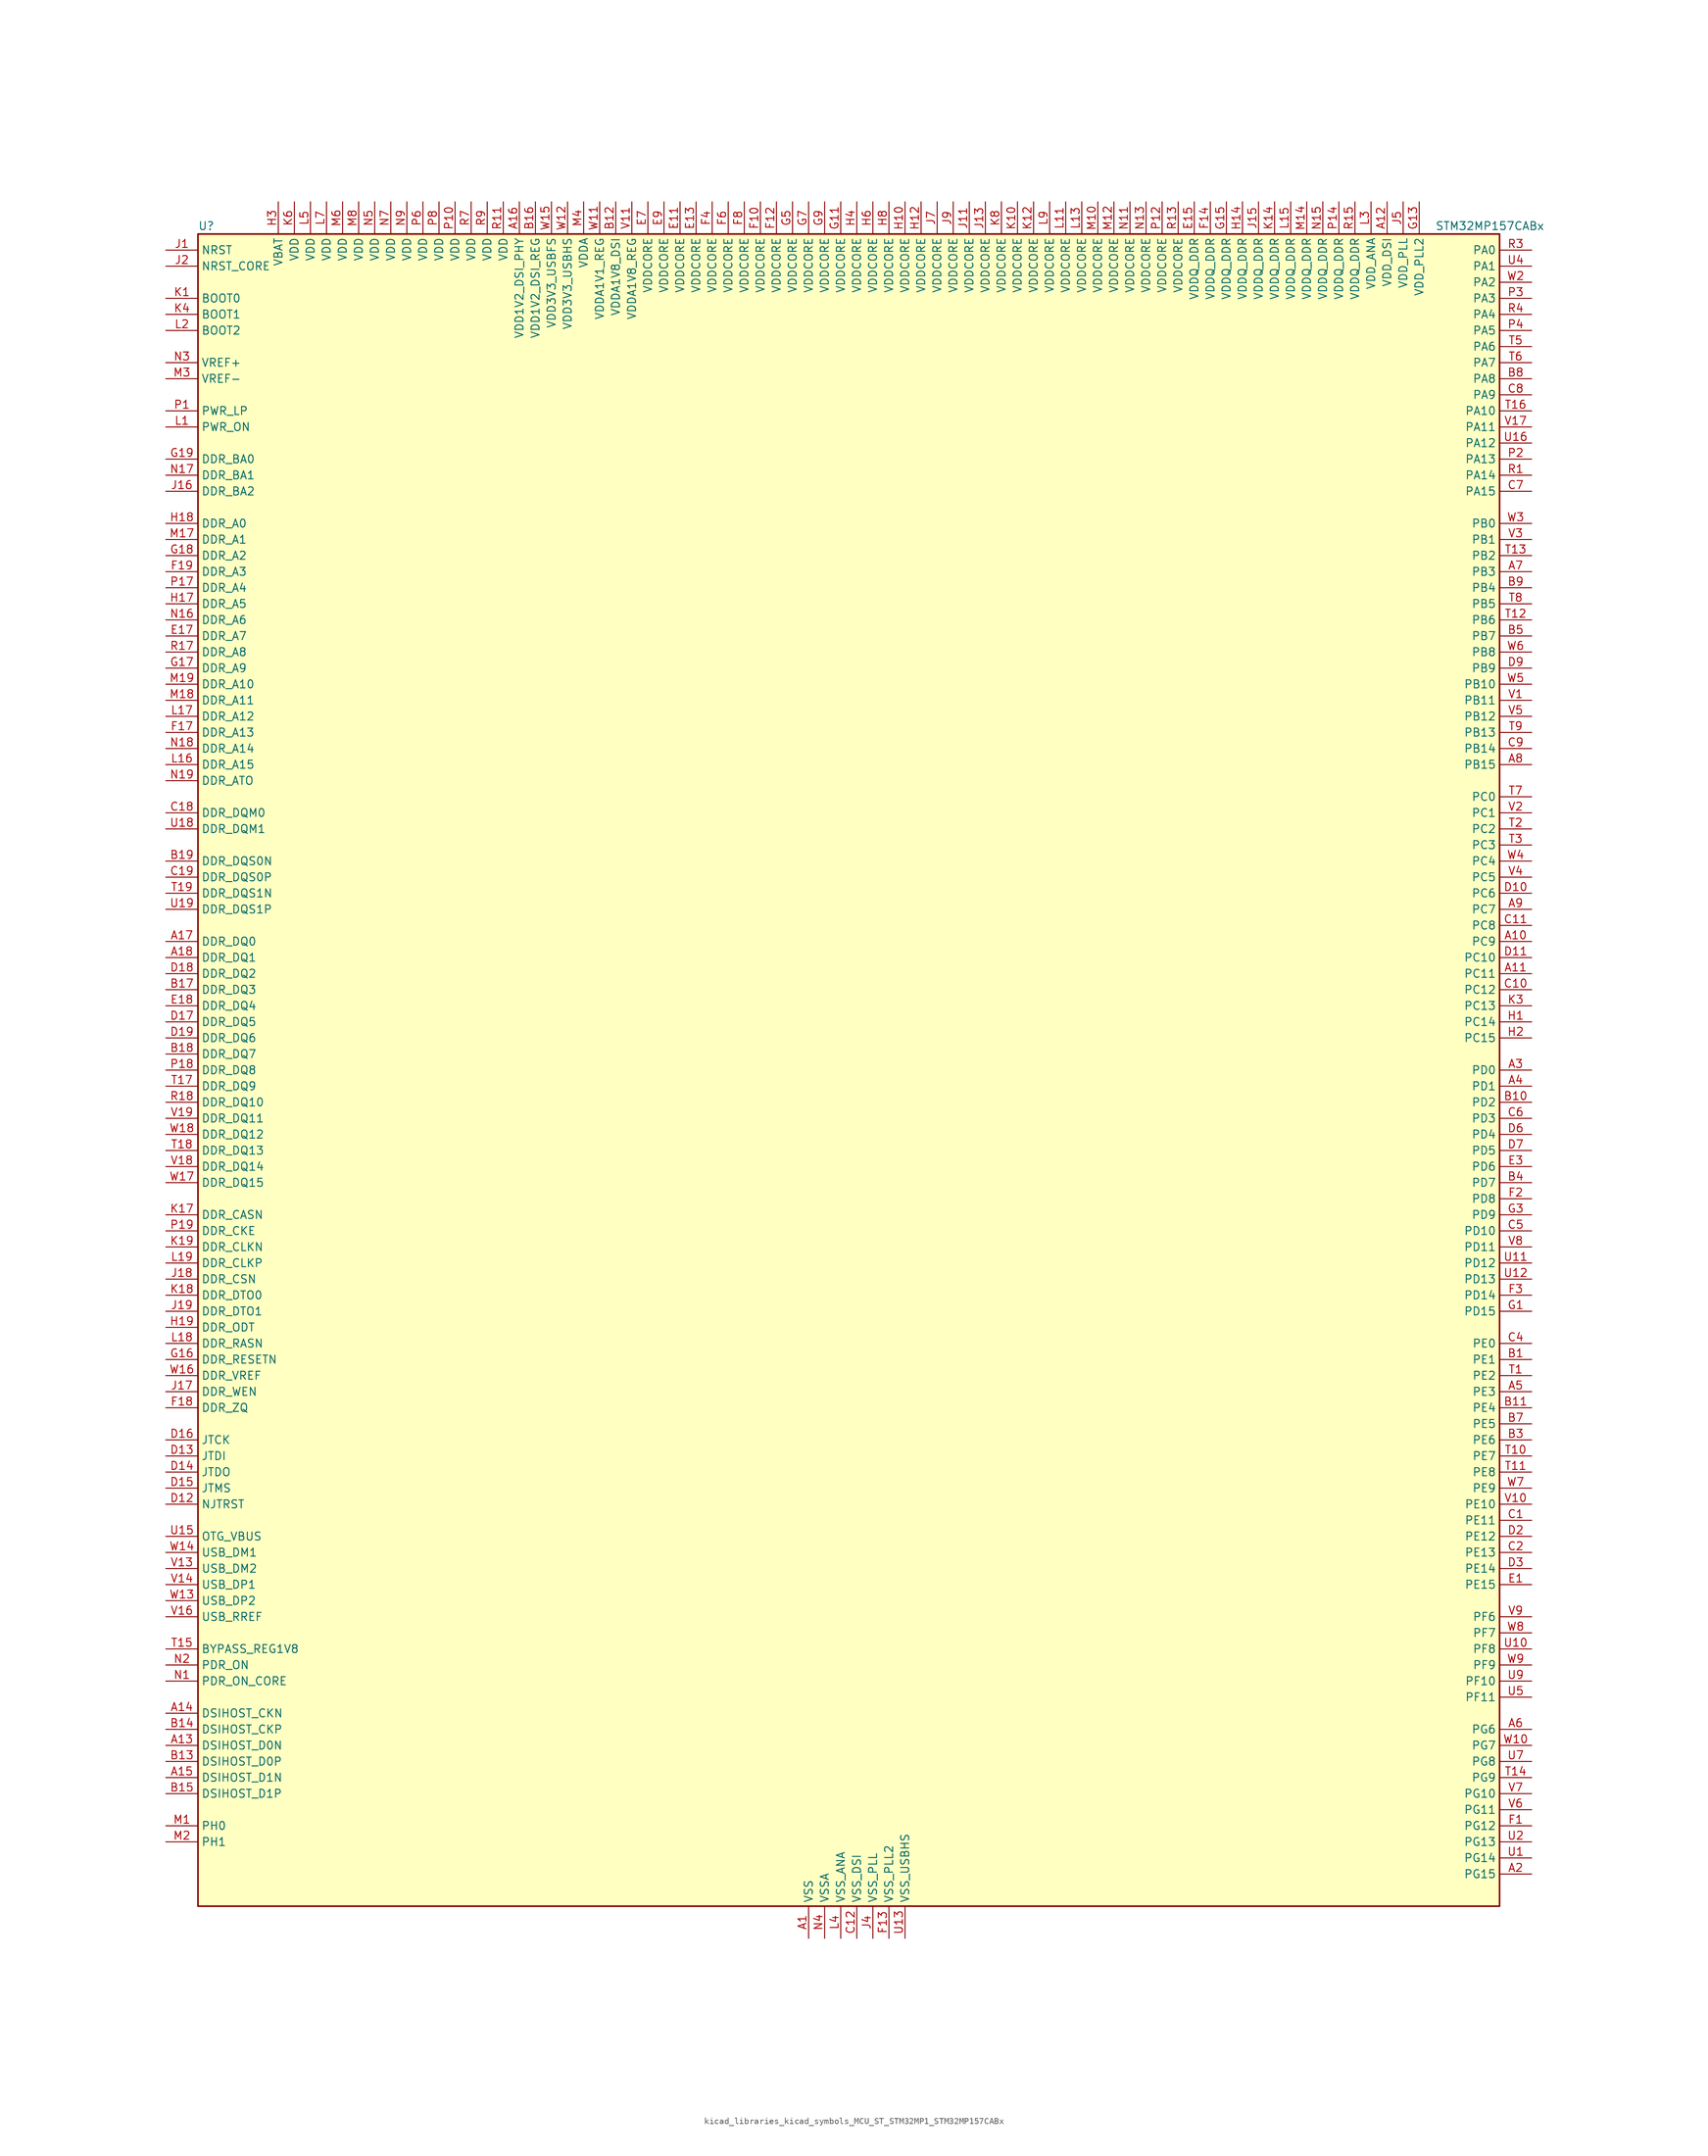
<source format=kicad_sym>
(kicad_symbol_lib
  (version 20220914)
  (generator kicad_symbol_editor)
  (symbol "kicad_libraries_kicad_symbols_MCU_ST_STM32MP1_STM32MP157CABx"
    (property "Reference" "U"
      (at -101.6 133.35 0)
      (effects (font (size 1.27 1.27)) (justify left)))
    (property "Value" "STM32MP157CABx"
      (at 93.98 133.35 0)
      (effects (font (size 1.27 1.27)) (justify left)))
    (property "ki_locked" ""
      (at 0 0 0)
      (effects (font (size 1.27 1.27))))
    (symbol "kicad_libraries_kicad_symbols_MCU_ST_STM32MP1_STM32MP157CABx_0_1"
      (rectangle (start -101.6 -132.08) (end 104.14 132.08) (stroke (width 0.254) (type default)) (fill (type background))))
    (symbol "kicad_libraries_kicad_symbols_MCU_ST_STM32MP1_STM32MP157CABx_1_1"
      (pin power_in line (at -5.08 -137.16 90) (length 5.08) (name "VSS" (effects (font (size 1.27 1.27)))) (number "A1" (effects (font (size 1.27 1.27)))))
      (pin bidirectional line (at 109.22 20.32 180) (length 5.08) (name "PC9" (effects (font (size 1.27 1.27)))) (number "A10" (effects (font (size 1.27 1.27)))) (alternate "DAC1_EXTI9" bidirectional line) (alternate "DCMI_D3" bidirectional line) (alternate "DEBUG_TRACED1" bidirectional line) (alternate "I2C3_SDA" bidirectional line) (alternate "I2S_CKIN" bidirectional line) (alternate "LTDC_B2" bidirectional line) (alternate "QUADSPI_BK1_IO0" bidirectional line) (alternate "SDMMC1_D1" bidirectional line) (alternate "TIM3_CH4" bidirectional line) (alternate "TIM8_CH4" bidirectional line) (alternate "UART5_CTS" bidirectional line))
      (pin bidirectional line (at 109.22 15.24 180) (length 5.08) (name "PC11" (effects (font (size 1.27 1.27)))) (number "A11" (effects (font (size 1.27 1.27)))) (alternate "ADC1_EXTI11" bidirectional line) (alternate "ADC2_EXTI11" bidirectional line) (alternate "DCMI_D4" bidirectional line) (alternate "DEBUG_TRACED3" bidirectional line) (alternate "DFSDM1_DATIN5" bidirectional line) (alternate "I2S3_SDI" bidirectional line) (alternate "QUADSPI_BK2_NCS" bidirectional line) (alternate "SAI4_SCK_B" bidirectional line) (alternate "SDMMC1_D3" bidirectional line) (alternate "SPI3_MISO" bidirectional line) (alternate "UART4_RX" bidirectional line) (alternate "USART3_RX" bidirectional line))
      (pin power_in line (at 86.36 137.16 270) (length 5.08) (name "VDD_DSI" (effects (font (size 1.27 1.27)))) (number "A12" (effects (font (size 1.27 1.27)))))
      (pin bidirectional line (at -106.68 -106.68 0) (length 5.08) (name "DSIHOST_D0N" (effects (font (size 1.27 1.27)))) (number "A13" (effects (font (size 1.27 1.27)))) (alternate "DSIHOST_D0N" bidirectional line))
      (pin bidirectional line (at -106.68 -101.6 0) (length 5.08) (name "DSIHOST_CKN" (effects (font (size 1.27 1.27)))) (number "A14" (effects (font (size 1.27 1.27)))) (alternate "DSIHOST_CKN" bidirectional line))
      (pin bidirectional line (at -106.68 -111.76 0) (length 5.08) (name "DSIHOST_D1N" (effects (font (size 1.27 1.27)))) (number "A15" (effects (font (size 1.27 1.27)))) (alternate "DSIHOST_D1N" bidirectional line))
      (pin power_in line (at -50.8 137.16 270) (length 5.08) (name "VDD1V2_DSI_PHY" (effects (font (size 1.27 1.27)))) (number "A16" (effects (font (size 1.27 1.27)))))
      (pin bidirectional line (at -106.68 20.32 0) (length 5.08) (name "DDR_DQ0" (effects (font (size 1.27 1.27)))) (number "A17" (effects (font (size 1.27 1.27)))) (alternate "DDR_DQ0" bidirectional line))
      (pin bidirectional line (at -106.68 17.78 0) (length 5.08) (name "DDR_DQ1" (effects (font (size 1.27 1.27)))) (number "A18" (effects (font (size 1.27 1.27)))) (alternate "DDR_DQ1" bidirectional line))
      (pin passive line (at -5.08 -137.16 90) (length 5.08) hide (name "VSS" (effects (font (size 1.27 1.27)))) (number "A19" (effects (font (size 1.27 1.27)))))
      (pin bidirectional line (at 109.22 -127 180) (length 5.08) (name "PG15" (effects (font (size 1.27 1.27)))) (number "A2" (effects (font (size 1.27 1.27)))) (alternate "ADC1_EXTI15" bidirectional line) (alternate "ADC2_EXTI15" bidirectional line) (alternate "DCMI_D13" bidirectional line) (alternate "DEBUG_TRACED7" bidirectional line) (alternate "I2C2_SDA" bidirectional line) (alternate "SAI1_D2" bidirectional line) (alternate "SAI1_FS_A" bidirectional line) (alternate "SDMMC3_CK" bidirectional line) (alternate "USART6_CTS" bidirectional line) (alternate "USART6_NSS" bidirectional line))
      (pin bidirectional line (at 109.22 0 180) (length 5.08) (name "PD0" (effects (font (size 1.27 1.27)))) (number "A3" (effects (font (size 1.27 1.27)))) (alternate "DFSDM1_CKIN6" bidirectional line) (alternate "DFSDM1_DATIN7" bidirectional line) (alternate "FDCAN1_RX" bidirectional line) (alternate "FMC_D2" bidirectional line) (alternate "FMC_DA2" bidirectional line) (alternate "I2C5_SDA" bidirectional line) (alternate "I2C6_SDA" bidirectional line) (alternate "SAI3_SCK_A" bidirectional line) (alternate "SDMMC3_CMD" bidirectional line) (alternate "UART4_RX" bidirectional line))
      (pin bidirectional line (at 109.22 -2.54 180) (length 5.08) (name "PD1" (effects (font (size 1.27 1.27)))) (number "A4" (effects (font (size 1.27 1.27)))) (alternate "DFSDM1_CKIN7" bidirectional line) (alternate "DFSDM1_DATIN6" bidirectional line) (alternate "FDCAN1_TX" bidirectional line) (alternate "FMC_D3" bidirectional line) (alternate "FMC_DA3" bidirectional line) (alternate "I2C5_SCL" bidirectional line) (alternate "I2C6_SCL" bidirectional line) (alternate "SAI3_SD_A" bidirectional line) (alternate "SDMMC3_D0" bidirectional line) (alternate "UART4_TX" bidirectional line))
      (pin bidirectional line (at 109.22 -50.8 180) (length 5.08) (name "PE3" (effects (font (size 1.27 1.27)))) (number "A5" (effects (font (size 1.27 1.27)))) (alternate "DEBUG_TRACED0" bidirectional line) (alternate "FMC_A19" bidirectional line) (alternate "SAI1_SD_B" bidirectional line) (alternate "SDMMC2_CK" bidirectional line) (alternate "TIM15_BKIN" bidirectional line))
      (pin bidirectional line (at 109.22 -104.14 180) (length 5.08) (name "PG6" (effects (font (size 1.27 1.27)))) (number "A6" (effects (font (size 1.27 1.27)))) (alternate "DCMI_D12" bidirectional line) (alternate "DEBUG_TRACED14" bidirectional line) (alternate "LTDC_R7" bidirectional line) (alternate "SDMMC2_CMD" bidirectional line) (alternate "TIM17_BKIN" bidirectional line))
      (pin bidirectional line (at 109.22 78.74 180) (length 5.08) (name "PB3" (effects (font (size 1.27 1.27)))) (number "A7" (effects (font (size 1.27 1.27)))) (alternate "DEBUG_TRACED9" bidirectional line) (alternate "I2S1_CK" bidirectional line) (alternate "I2S3_CK" bidirectional line) (alternate "SAI4_CK1" bidirectional line) (alternate "SAI4_MCLK_A" bidirectional line) (alternate "SDMMC2_D2" bidirectional line) (alternate "SPI1_SCK" bidirectional line) (alternate "SPI3_SCK" bidirectional line) (alternate "SPI6_SCK" bidirectional line) (alternate "TIM2_CH2" bidirectional line) (alternate "UART7_RX" bidirectional line))
      (pin bidirectional line (at 109.22 48.26 180) (length 5.08) (name "PB15" (effects (font (size 1.27 1.27)))) (number "A8" (effects (font (size 1.27 1.27)))) (alternate "ADC1_EXTI15" bidirectional line) (alternate "ADC2_EXTI15" bidirectional line) (alternate "DFSDM1_CKIN2" bidirectional line) (alternate "I2S2_SDO" bidirectional line) (alternate "RTC_REFIN" bidirectional line) (alternate "SDMMC2_D1" bidirectional line) (alternate "SPI2_MOSI" bidirectional line) (alternate "TIM12_CH2" bidirectional line) (alternate "TIM1_CH3N" bidirectional line) (alternate "TIM8_CH3N" bidirectional line) (alternate "USART1_RX" bidirectional line))
      (pin bidirectional line (at 109.22 25.4 180) (length 5.08) (name "PC7" (effects (font (size 1.27 1.27)))) (number "A9" (effects (font (size 1.27 1.27)))) (alternate "DCMI_D1" bidirectional line) (alternate "DFSDM1_DATIN3" bidirectional line) (alternate "HDP_HDP4" bidirectional line) (alternate "I2S3_MCK" bidirectional line) (alternate "LTDC_G6" bidirectional line) (alternate "SDMMC1_D123DIR" bidirectional line) (alternate "SDMMC1_D7" bidirectional line) (alternate "SDMMC2_D123DIR" bidirectional line) (alternate "SDMMC2_D7" bidirectional line) (alternate "TIM3_CH2" bidirectional line) (alternate "TIM8_CH2" bidirectional line) (alternate "USART6_RX" bidirectional line))
      (pin bidirectional line (at 109.22 -45.72 180) (length 5.08) (name "PE1" (effects (font (size 1.27 1.27)))) (number "B1" (effects (font (size 1.27 1.27)))) (alternate "DCMI_D3" bidirectional line) (alternate "FMC_NBL1" bidirectional line) (alternate "I2S2_MCK" bidirectional line) (alternate "LPTIM1_IN2" bidirectional line) (alternate "SAI3_SD_B" bidirectional line) (alternate "UART8_TX" bidirectional line))
      (pin bidirectional line (at 109.22 -5.08 180) (length 5.08) (name "PD2" (effects (font (size 1.27 1.27)))) (number "B10" (effects (font (size 1.27 1.27)))) (alternate "DCMI_D11" bidirectional line) (alternate "I2C5_SMBA" bidirectional line) (alternate "SDMMC1_CMD" bidirectional line) (alternate "TIM3_ETR" bidirectional line) (alternate "UART4_RX" bidirectional line) (alternate "UART5_RX" bidirectional line))
      (pin bidirectional line (at 109.22 -53.34 180) (length 5.08) (name "PE4" (effects (font (size 1.27 1.27)))) (number "B11" (effects (font (size 1.27 1.27)))) (alternate "DCMI_D4" bidirectional line) (alternate "DEBUG_TRACED1" bidirectional line) (alternate "DFSDM1_DATIN3" bidirectional line) (alternate "FMC_A20" bidirectional line) (alternate "LTDC_B0" bidirectional line) (alternate "SAI1_D2" bidirectional line) (alternate "SAI1_FS_A" bidirectional line) (alternate "SDMMC1_CKIN" bidirectional line) (alternate "SDMMC1_D4" bidirectional line) (alternate "SDMMC2_CKIN" bidirectional line) (alternate "SDMMC2_D4" bidirectional line) (alternate "SPI4_NSS" bidirectional line) (alternate "TIM15_CH1N" bidirectional line))
      (pin power_in line (at -35.56 137.16 270) (length 5.08) (name "VDDA1V8_DSI" (effects (font (size 1.27 1.27)))) (number "B12" (effects (font (size 1.27 1.27)))))
      (pin bidirectional line (at -106.68 -109.22 0) (length 5.08) (name "DSIHOST_D0P" (effects (font (size 1.27 1.27)))) (number "B13" (effects (font (size 1.27 1.27)))) (alternate "DSIHOST_D0P" bidirectional line))
      (pin bidirectional line (at -106.68 -104.14 0) (length 5.08) (name "DSIHOST_CKP" (effects (font (size 1.27 1.27)))) (number "B14" (effects (font (size 1.27 1.27)))) (alternate "DSIHOST_CKP" bidirectional line))
      (pin bidirectional line (at -106.68 -114.3 0) (length 5.08) (name "DSIHOST_D1P" (effects (font (size 1.27 1.27)))) (number "B15" (effects (font (size 1.27 1.27)))) (alternate "DSIHOST_D1P" bidirectional line))
      (pin power_in line (at -48.26 137.16 270) (length 5.08) (name "VDD1V2_DSI_REG" (effects (font (size 1.27 1.27)))) (number "B16" (effects (font (size 1.27 1.27)))))
      (pin bidirectional line (at -106.68 12.7 0) (length 5.08) (name "DDR_DQ3" (effects (font (size 1.27 1.27)))) (number "B17" (effects (font (size 1.27 1.27)))) (alternate "DDR_DQ3" bidirectional line))
      (pin bidirectional line (at -106.68 2.54 0) (length 5.08) (name "DDR_DQ7" (effects (font (size 1.27 1.27)))) (number "B18" (effects (font (size 1.27 1.27)))) (alternate "DDR_DQ7" bidirectional line))
      (pin bidirectional line (at -106.68 33.02 0) (length 5.08) (name "DDR_DQS0N" (effects (font (size 1.27 1.27)))) (number "B19" (effects (font (size 1.27 1.27)))) (alternate "DDR_DQS0N" bidirectional line))
      (pin passive line (at -5.08 -137.16 90) (length 5.08) hide (name "VSS" (effects (font (size 1.27 1.27)))) (number "B2" (effects (font (size 1.27 1.27)))))
      (pin bidirectional line (at 109.22 -58.42 180) (length 5.08) (name "PE6" (effects (font (size 1.27 1.27)))) (number "B3" (effects (font (size 1.27 1.27)))) (alternate "DCMI_D7" bidirectional line) (alternate "DEBUG_TRACED2" bidirectional line) (alternate "FMC_A22" bidirectional line) (alternate "LTDC_G1" bidirectional line) (alternate "SAI1_D1" bidirectional line) (alternate "SAI1_SD_A" bidirectional line) (alternate "SAI2_MCLK_B" bidirectional line) (alternate "SDMMC1_D2" bidirectional line) (alternate "SDMMC2_D0" bidirectional line) (alternate "SPI4_MOSI" bidirectional line) (alternate "TIM15_CH2" bidirectional line) (alternate "TIM1_BKIN2" bidirectional line))
      (pin bidirectional line (at 109.22 -17.78 180) (length 5.08) (name "PD7" (effects (font (size 1.27 1.27)))) (number "B4" (effects (font (size 1.27 1.27)))) (alternate "DEBUG_TRACED6" bidirectional line) (alternate "DFSDM1_CKIN1" bidirectional line) (alternate "DFSDM1_DATIN4" bidirectional line) (alternate "FMC_NE1" bidirectional line) (alternate "I2C2_SCL" bidirectional line) (alternate "SDMMC3_D3" bidirectional line) (alternate "SPDIFRX_IN0" bidirectional line) (alternate "USART2_CK" bidirectional line))
      (pin bidirectional line (at 109.22 68.58 180) (length 5.08) (name "PB7" (effects (font (size 1.27 1.27)))) (number "B5" (effects (font (size 1.27 1.27)))) (alternate "DCMI_VSYNC" bidirectional line) (alternate "DFSDM1_CKIN5" bidirectional line) (alternate "FMC_NL" bidirectional line) (alternate "I2C1_SDA" bidirectional line) (alternate "I2C4_SDA" bidirectional line) (alternate "SDMMC2_D1" bidirectional line) (alternate "TIM17_CH1N" bidirectional line) (alternate "TIM4_CH2" bidirectional line) (alternate "USART1_RX" bidirectional line))
      (pin passive line (at -5.08 -137.16 90) (length 5.08) hide (name "VSS" (effects (font (size 1.27 1.27)))) (number "B6" (effects (font (size 1.27 1.27)))))
      (pin bidirectional line (at 109.22 -55.88 180) (length 5.08) (name "PE5" (effects (font (size 1.27 1.27)))) (number "B7" (effects (font (size 1.27 1.27)))) (alternate "DCMI_D6" bidirectional line) (alternate "DEBUG_TRACED3" bidirectional line) (alternate "DFSDM1_CKIN3" bidirectional line) (alternate "FMC_A21" bidirectional line) (alternate "LTDC_G0" bidirectional line) (alternate "SAI1_CK2" bidirectional line) (alternate "SAI1_SCK_A" bidirectional line) (alternate "SDMMC1_D0DIR" bidirectional line) (alternate "SDMMC1_D6" bidirectional line) (alternate "SDMMC2_D0DIR" bidirectional line) (alternate "SDMMC2_D6" bidirectional line) (alternate "SPI4_MISO" bidirectional line) (alternate "TIM15_CH1" bidirectional line))
      (pin bidirectional line (at 109.22 109.22 180) (length 5.08) (name "PA8" (effects (font (size 1.27 1.27)))) (number "B8" (effects (font (size 1.27 1.27)))) (alternate "I2C3_SCL" bidirectional line) (alternate "I2S3_SDO" bidirectional line) (alternate "LTDC_R6" bidirectional line) (alternate "RCC_MCO_1" bidirectional line) (alternate "SAI4_SD_B" bidirectional line) (alternate "SDMMC2_CKIN" bidirectional line) (alternate "SDMMC2_D4" bidirectional line) (alternate "SPI3_MOSI" bidirectional line) (alternate "TIM1_CH1" bidirectional line) (alternate "TIM8_BKIN2" bidirectional line) (alternate "UART7_RX" bidirectional line) (alternate "USART1_CK" bidirectional line) (alternate "USB_OTG_HS_SOF" bidirectional line))
      (pin bidirectional line (at 109.22 76.2 180) (length 5.08) (name "PB4" (effects (font (size 1.27 1.27)))) (number "B9" (effects (font (size 1.27 1.27)))) (alternate "DEBUG_TRACED8" bidirectional line) (alternate "I2S1_SDI" bidirectional line) (alternate "I2S2_WS" bidirectional line) (alternate "I2S3_SDI" bidirectional line) (alternate "SAI4_CK2" bidirectional line) (alternate "SAI4_SCK_A" bidirectional line) (alternate "SDMMC2_D3" bidirectional line) (alternate "SPI1_MISO" bidirectional line) (alternate "SPI2_NSS" bidirectional line) (alternate "SPI3_MISO" bidirectional line) (alternate "SPI6_MISO" bidirectional line) (alternate "TIM16_BKIN" bidirectional line) (alternate "TIM3_CH1" bidirectional line) (alternate "UART7_TX" bidirectional line))
      (pin bidirectional line (at 109.22 -71.12 180) (length 5.08) (name "PE11" (effects (font (size 1.27 1.27)))) (number "C1" (effects (font (size 1.27 1.27)))) (alternate "ADC1_EXTI11" bidirectional line) (alternate "ADC2_EXTI11" bidirectional line) (alternate "DCMI_D4" bidirectional line) (alternate "DFSDM1_CKIN4" bidirectional line) (alternate "FMC_D8" bidirectional line) (alternate "FMC_DA8" bidirectional line) (alternate "LTDC_G3" bidirectional line) (alternate "SAI2_SD_B" bidirectional line) (alternate "SPI4_NSS" bidirectional line) (alternate "TIM1_CH2" bidirectional line) (alternate "USART6_CK" bidirectional line))
      (pin bidirectional line (at 109.22 12.7 180) (length 5.08) (name "PC12" (effects (font (size 1.27 1.27)))) (number "C10" (effects (font (size 1.27 1.27)))) (alternate "DCMI_D9" bidirectional line) (alternate "DEBUG_TRACECLK" bidirectional line) (alternate "I2S3_SDO" bidirectional line) (alternate "RCC_MCO_2" bidirectional line) (alternate "SAI4_D3" bidirectional line) (alternate "SAI4_SD_B" bidirectional line) (alternate "SDMMC1_CK" bidirectional line) (alternate "SPI3_MOSI" bidirectional line) (alternate "UART5_TX" bidirectional line) (alternate "USART3_CK" bidirectional line))
      (pin bidirectional line (at 109.22 22.86 180) (length 5.08) (name "PC8" (effects (font (size 1.27 1.27)))) (number "C11" (effects (font (size 1.27 1.27)))) (alternate "DCMI_D2" bidirectional line) (alternate "DEBUG_TRACED0" bidirectional line) (alternate "SDMMC1_D0" bidirectional line) (alternate "TIM3_CH3" bidirectional line) (alternate "TIM8_CH3" bidirectional line) (alternate "UART4_TX" bidirectional line) (alternate "UART5_DE" bidirectional line) (alternate "UART5_RTS" bidirectional line) (alternate "USART6_CK" bidirectional line))
      (pin power_in line (at 2.54 -137.16 90) (length 5.08) (name "VSS_DSI" (effects (font (size 1.27 1.27)))) (number "C12" (effects (font (size 1.27 1.27)))))
      (pin passive line (at 2.54 -137.16 90) (length 5.08) hide (name "VSS_DSI" (effects (font (size 1.27 1.27)))) (number "C13" (effects (font (size 1.27 1.27)))))
      (pin passive line (at 2.54 -137.16 90) (length 5.08) hide (name "VSS_DSI" (effects (font (size 1.27 1.27)))) (number "C14" (effects (font (size 1.27 1.27)))))
      (pin passive line (at 2.54 -137.16 90) (length 5.08) hide (name "VSS_DSI" (effects (font (size 1.27 1.27)))) (number "C15" (effects (font (size 1.27 1.27)))))
      (pin passive line (at 2.54 -137.16 90) (length 5.08) hide (name "VSS_DSI" (effects (font (size 1.27 1.27)))) (number "C16" (effects (font (size 1.27 1.27)))))
      (pin passive line (at -5.08 -137.16 90) (length 5.08) hide (name "VSS" (effects (font (size 1.27 1.27)))) (number "C17" (effects (font (size 1.27 1.27)))))
      (pin bidirectional line (at -106.68 40.64 0) (length 5.08) (name "DDR_DQM0" (effects (font (size 1.27 1.27)))) (number "C18" (effects (font (size 1.27 1.27)))) (alternate "DDR_DQM0" bidirectional line))
      (pin bidirectional line (at -106.68 30.48 0) (length 5.08) (name "DDR_DQS0P" (effects (font (size 1.27 1.27)))) (number "C19" (effects (font (size 1.27 1.27)))) (alternate "DDR_DQS0P" bidirectional line))
      (pin bidirectional line (at 109.22 -76.2 180) (length 5.08) (name "PE13" (effects (font (size 1.27 1.27)))) (number "C2" (effects (font (size 1.27 1.27)))) (alternate "DCMI_D6" bidirectional line) (alternate "DFSDM1_CKIN5" bidirectional line) (alternate "FMC_D10" bidirectional line) (alternate "FMC_DA10" bidirectional line) (alternate "HDP_HDP2" bidirectional line) (alternate "LTDC_DE" bidirectional line) (alternate "SAI2_FS_B" bidirectional line) (alternate "SPI4_MISO" bidirectional line) (alternate "TIM1_CH3" bidirectional line))
      (pin passive line (at -5.08 -137.16 90) (length 5.08) hide (name "VSS" (effects (font (size 1.27 1.27)))) (number "C3" (effects (font (size 1.27 1.27)))))
      (pin bidirectional line (at 109.22 -43.18 180) (length 5.08) (name "PE0" (effects (font (size 1.27 1.27)))) (number "C4" (effects (font (size 1.27 1.27)))) (alternate "DCMI_D2" bidirectional line) (alternate "FMC_NBL0" bidirectional line) (alternate "I2S3_CK" bidirectional line) (alternate "LPTIM1_ETR" bidirectional line) (alternate "LPTIM2_ETR" bidirectional line) (alternate "SAI2_MCLK_A" bidirectional line) (alternate "SAI4_MCLK_B" bidirectional line) (alternate "SPI3_SCK" bidirectional line) (alternate "TIM4_ETR" bidirectional line) (alternate "UART8_RX" bidirectional line))
      (pin bidirectional line (at 109.22 -25.4 180) (length 5.08) (name "PD10" (effects (font (size 1.27 1.27)))) (number "C5" (effects (font (size 1.27 1.27)))) (alternate "DFSDM1_CKOUT" bidirectional line) (alternate "FMC_D15" bidirectional line) (alternate "FMC_DA15" bidirectional line) (alternate "I2C5_SMBA" bidirectional line) (alternate "I2S3_SDI" bidirectional line) (alternate "LTDC_B3" bidirectional line) (alternate "RTC_REFIN" bidirectional line) (alternate "SAI3_FS_B" bidirectional line) (alternate "SPI3_MISO" bidirectional line) (alternate "TIM16_BKIN" bidirectional line) (alternate "USART3_CK" bidirectional line))
      (pin bidirectional line (at 109.22 -7.62 180) (length 5.08) (name "PD3" (effects (font (size 1.27 1.27)))) (number "C6" (effects (font (size 1.27 1.27)))) (alternate "DCMI_D5" bidirectional line) (alternate "DFSDM1_CKOUT" bidirectional line) (alternate "DFSDM1_DATIN0" bidirectional line) (alternate "FMC_CLK" bidirectional line) (alternate "HDP_HDP5" bidirectional line) (alternate "I2S2_CK" bidirectional line) (alternate "LTDC_G7" bidirectional line) (alternate "SDMMC1_D123DIR" bidirectional line) (alternate "SDMMC1_D7" bidirectional line) (alternate "SDMMC2_D123DIR" bidirectional line) (alternate "SDMMC2_D7" bidirectional line) (alternate "SPI2_SCK" bidirectional line) (alternate "USART2_CTS" bidirectional line) (alternate "USART2_NSS" bidirectional line))
      (pin bidirectional line (at 109.22 91.44 180) (length 5.08) (name "PA15" (effects (font (size 1.27 1.27)))) (number "C7" (effects (font (size 1.27 1.27)))) (alternate "ADC1_EXTI15" bidirectional line) (alternate "ADC2_EXTI15" bidirectional line) (alternate "CEC" bidirectional line) (alternate "DEBUG_DBTRGI" bidirectional line) (alternate "I2S1_WS" bidirectional line) (alternate "I2S3_WS" bidirectional line) (alternate "LTDC_R1" bidirectional line) (alternate "SAI4_D2" bidirectional line) (alternate "SAI4_FS_A" bidirectional line) (alternate "SDMMC1_CDIR" bidirectional line) (alternate "SDMMC1_D5" bidirectional line) (alternate "SDMMC2_CDIR" bidirectional line) (alternate "SDMMC2_D5" bidirectional line) (alternate "SPI1_NSS" bidirectional line) (alternate "SPI3_NSS" bidirectional line) (alternate "SPI6_NSS" bidirectional line) (alternate "TIM2_CH1" bidirectional line) (alternate "TIM2_ETR" bidirectional line) (alternate "UART4_DE" bidirectional line) (alternate "UART4_RTS" bidirectional line) (alternate "UART7_TX" bidirectional line))
      (pin bidirectional line (at 109.22 106.68 180) (length 5.08) (name "PA9" (effects (font (size 1.27 1.27)))) (number "C8" (effects (font (size 1.27 1.27)))) (alternate "DAC1_EXTI9" bidirectional line) (alternate "DCMI_D0" bidirectional line) (alternate "I2C3_SMBA" bidirectional line) (alternate "I2S2_CK" bidirectional line) (alternate "LTDC_R5" bidirectional line) (alternate "SDMMC2_CDIR" bidirectional line) (alternate "SDMMC2_D5" bidirectional line) (alternate "SPI2_SCK" bidirectional line) (alternate "TIM1_CH2" bidirectional line) (alternate "USART1_TX" bidirectional line))
      (pin bidirectional line (at 109.22 50.8 180) (length 5.08) (name "PB14" (effects (font (size 1.27 1.27)))) (number "C9" (effects (font (size 1.27 1.27)))) (alternate "DFSDM1_DATIN2" bidirectional line) (alternate "I2S2_SDI" bidirectional line) (alternate "SDMMC2_D0" bidirectional line) (alternate "SPI2_MISO" bidirectional line) (alternate "TIM12_CH1" bidirectional line) (alternate "TIM1_CH2N" bidirectional line) (alternate "TIM8_CH2N" bidirectional line) (alternate "USART1_TX" bidirectional line) (alternate "USART3_DE" bidirectional line) (alternate "USART3_RTS" bidirectional line))
      (pin passive line (at -5.08 -137.16 90) (length 5.08) hide (name "VSS" (effects (font (size 1.27 1.27)))) (number "D1" (effects (font (size 1.27 1.27)))))
      (pin bidirectional line (at 109.22 27.94 180) (length 5.08) (name "PC6" (effects (font (size 1.27 1.27)))) (number "D10" (effects (font (size 1.27 1.27)))) (alternate "DCMI_D0" bidirectional line) (alternate "DFSDM1_CKIN3" bidirectional line) (alternate "DSIHOST_TE" bidirectional line) (alternate "HDP_HDP1" bidirectional line) (alternate "I2S2_MCK" bidirectional line) (alternate "LTDC_HSYNC" bidirectional line) (alternate "SDMMC1_D0DIR" bidirectional line) (alternate "SDMMC1_D6" bidirectional line) (alternate "SDMMC2_D0DIR" bidirectional line) (alternate "SDMMC2_D6" bidirectional line) (alternate "TIM3_CH1" bidirectional line) (alternate "TIM8_CH1" bidirectional line) (alternate "USART6_TX" bidirectional line))
      (pin bidirectional line (at 109.22 17.78 180) (length 5.08) (name "PC10" (effects (font (size 1.27 1.27)))) (number "D11" (effects (font (size 1.27 1.27)))) (alternate "DCMI_D8" bidirectional line) (alternate "DEBUG_TRACED2" bidirectional line) (alternate "DFSDM1_CKIN5" bidirectional line) (alternate "I2S3_CK" bidirectional line) (alternate "LTDC_R2" bidirectional line) (alternate "QUADSPI_BK1_IO1" bidirectional line) (alternate "SAI4_MCLK_B" bidirectional line) (alternate "SDMMC1_D2" bidirectional line) (alternate "SPI3_SCK" bidirectional line) (alternate "UART4_TX" bidirectional line) (alternate "USART3_TX" bidirectional line))
      (pin bidirectional line (at -106.68 -68.58 0) (length 5.08) (name "NJTRST" (effects (font (size 1.27 1.27)))) (number "D12" (effects (font (size 1.27 1.27)))) (alternate "DEBUG_JTRST" bidirectional line))
      (pin bidirectional line (at -106.68 -60.96 0) (length 5.08) (name "JTDI" (effects (font (size 1.27 1.27)))) (number "D13" (effects (font (size 1.27 1.27)))) (alternate "DEBUG_JTDI" bidirectional line))
      (pin bidirectional line (at -106.68 -63.5 0) (length 5.08) (name "JTDO" (effects (font (size 1.27 1.27)))) (number "D14" (effects (font (size 1.27 1.27)))) (alternate "DEBUG_JTDO-SWO" bidirectional line))
      (pin bidirectional line (at -106.68 -66.04 0) (length 5.08) (name "JTMS" (effects (font (size 1.27 1.27)))) (number "D15" (effects (font (size 1.27 1.27)))) (alternate "DEBUG_JTMS-SWDIO" bidirectional line))
      (pin bidirectional line (at -106.68 -58.42 0) (length 5.08) (name "JTCK" (effects (font (size 1.27 1.27)))) (number "D16" (effects (font (size 1.27 1.27)))) (alternate "DEBUG_JTCK-SWCLK" bidirectional line))
      (pin bidirectional line (at -106.68 7.62 0) (length 5.08) (name "DDR_DQ5" (effects (font (size 1.27 1.27)))) (number "D17" (effects (font (size 1.27 1.27)))) (alternate "DDR_DQ5" bidirectional line))
      (pin bidirectional line (at -106.68 15.24 0) (length 5.08) (name "DDR_DQ2" (effects (font (size 1.27 1.27)))) (number "D18" (effects (font (size 1.27 1.27)))) (alternate "DDR_DQ2" bidirectional line))
      (pin bidirectional line (at -106.68 5.08 0) (length 5.08) (name "DDR_DQ6" (effects (font (size 1.27 1.27)))) (number "D19" (effects (font (size 1.27 1.27)))) (alternate "DDR_DQ6" bidirectional line))
      (pin bidirectional line (at 109.22 -73.66 180) (length 5.08) (name "PE12" (effects (font (size 1.27 1.27)))) (number "D2" (effects (font (size 1.27 1.27)))) (alternate "DFSDM1_DATIN5" bidirectional line) (alternate "FMC_D9" bidirectional line) (alternate "FMC_DA9" bidirectional line) (alternate "LTDC_B4" bidirectional line) (alternate "SAI2_SCK_B" bidirectional line) (alternate "SDMMC1_D0DIR" bidirectional line) (alternate "SPI4_SCK" bidirectional line) (alternate "TIM1_CH3N" bidirectional line))
      (pin bidirectional line (at 109.22 -78.74 180) (length 5.08) (name "PE14" (effects (font (size 1.27 1.27)))) (number "D3" (effects (font (size 1.27 1.27)))) (alternate "FMC_D11" bidirectional line) (alternate "FMC_DA11" bidirectional line) (alternate "LTDC_CLK" bidirectional line) (alternate "LTDC_G0" bidirectional line) (alternate "SAI2_MCLK_B" bidirectional line) (alternate "SDMMC1_D123DIR" bidirectional line) (alternate "SPI4_MOSI" bidirectional line) (alternate "TIM1_CH4" bidirectional line) (alternate "UART8_DE" bidirectional line) (alternate "UART8_RTS" bidirectional line))
      (pin passive line (at -5.08 -137.16 90) (length 5.08) hide (name "VSS" (effects (font (size 1.27 1.27)))) (number "D4" (effects (font (size 1.27 1.27)))))
      (pin passive line (at -5.08 -137.16 90) (length 5.08) hide (name "VSS" (effects (font (size 1.27 1.27)))) (number "D5" (effects (font (size 1.27 1.27)))))
      (pin bidirectional line (at 109.22 -10.16 180) (length 5.08) (name "PD4" (effects (font (size 1.27 1.27)))) (number "D6" (effects (font (size 1.27 1.27)))) (alternate "DFSDM1_CKIN0" bidirectional line) (alternate "FMC_NOE" bidirectional line) (alternate "SAI3_FS_A" bidirectional line) (alternate "SDMMC3_D1" bidirectional line) (alternate "USART2_DE" bidirectional line) (alternate "USART2_RTS" bidirectional line))
      (pin bidirectional line (at 109.22 -12.7 180) (length 5.08) (name "PD5" (effects (font (size 1.27 1.27)))) (number "D7" (effects (font (size 1.27 1.27)))) (alternate "FMC_NWE" bidirectional line) (alternate "SDMMC3_D2" bidirectional line) (alternate "USART2_TX" bidirectional line))
      (pin passive line (at -5.08 -137.16 90) (length 5.08) hide (name "VSS" (effects (font (size 1.27 1.27)))) (number "D8" (effects (font (size 1.27 1.27)))))
      (pin bidirectional line (at 109.22 63.5 180) (length 5.08) (name "PB9" (effects (font (size 1.27 1.27)))) (number "D9" (effects (font (size 1.27 1.27)))) (alternate "DAC1_EXTI9" bidirectional line) (alternate "DCMI_D7" bidirectional line) (alternate "DFSDM1_DATIN7" bidirectional line) (alternate "FDCAN1_TX" bidirectional line) (alternate "HDP_HDP7" bidirectional line) (alternate "I2C1_SDA" bidirectional line) (alternate "I2C4_SDA" bidirectional line) (alternate "I2S2_WS" bidirectional line) (alternate "LTDC_B7" bidirectional line) (alternate "SDMMC1_CDIR" bidirectional line) (alternate "SDMMC1_D5" bidirectional line) (alternate "SDMMC2_CDIR" bidirectional line) (alternate "SDMMC2_D5" bidirectional line) (alternate "SPI2_NSS" bidirectional line) (alternate "TIM17_CH1" bidirectional line) (alternate "TIM4_CH4" bidirectional line) (alternate "UART4_TX" bidirectional line))
      (pin bidirectional line (at 109.22 -81.28 180) (length 5.08) (name "PE15" (effects (font (size 1.27 1.27)))) (number "E1" (effects (font (size 1.27 1.27)))) (alternate "ADC1_EXTI15" bidirectional line) (alternate "ADC2_EXTI15" bidirectional line) (alternate "FMC_D12" bidirectional line) (alternate "FMC_DA12" bidirectional line) (alternate "FMC_NCE2" bidirectional line) (alternate "HDP_HDP3" bidirectional line) (alternate "LTDC_R7" bidirectional line) (alternate "TIM15_BKIN" bidirectional line) (alternate "TIM1_BKIN" bidirectional line) (alternate "UART8_CTS" bidirectional line) (alternate "USART2_CTS" bidirectional line) (alternate "USART2_NSS" bidirectional line))
      (pin passive line (at -5.08 -137.16 90) (length 5.08) hide (name "VSS" (effects (font (size 1.27 1.27)))) (number "E10" (effects (font (size 1.27 1.27)))))
      (pin power_in line (at -25.4 137.16 270) (length 5.08) (name "VDDCORE" (effects (font (size 1.27 1.27)))) (number "E11" (effects (font (size 1.27 1.27)))))
      (pin passive line (at -5.08 -137.16 90) (length 5.08) hide (name "VSS" (effects (font (size 1.27 1.27)))) (number "E12" (effects (font (size 1.27 1.27)))))
      (pin power_in line (at -22.86 137.16 270) (length 5.08) (name "VDDCORE" (effects (font (size 1.27 1.27)))) (number "E13" (effects (font (size 1.27 1.27)))))
      (pin passive line (at -5.08 -137.16 90) (length 5.08) hide (name "VSS" (effects (font (size 1.27 1.27)))) (number "E14" (effects (font (size 1.27 1.27)))))
      (pin power_in line (at 55.88 137.16 270) (length 5.08) (name "VDDQ_DDR" (effects (font (size 1.27 1.27)))) (number "E15" (effects (font (size 1.27 1.27)))))
      (pin passive line (at -5.08 -137.16 90) (length 5.08) hide (name "VSS" (effects (font (size 1.27 1.27)))) (number "E16" (effects (font (size 1.27 1.27)))))
      (pin bidirectional line (at -106.68 68.58 0) (length 5.08) (name "DDR_A7" (effects (font (size 1.27 1.27)))) (number "E17" (effects (font (size 1.27 1.27)))) (alternate "DDR_A7" bidirectional line))
      (pin bidirectional line (at -106.68 10.16 0) (length 5.08) (name "DDR_DQ4" (effects (font (size 1.27 1.27)))) (number "E18" (effects (font (size 1.27 1.27)))) (alternate "DDR_DQ4" bidirectional line))
      (pin passive line (at -5.08 -137.16 90) (length 5.08) hide (name "VSS" (effects (font (size 1.27 1.27)))) (number "E2" (effects (font (size 1.27 1.27)))))
      (pin bidirectional line (at 109.22 -15.24 180) (length 5.08) (name "PD6" (effects (font (size 1.27 1.27)))) (number "E3" (effects (font (size 1.27 1.27)))) (alternate "DCMI_D10" bidirectional line) (alternate "DFSDM1_CKIN4" bidirectional line) (alternate "DFSDM1_DATIN1" bidirectional line) (alternate "FMC_NWAIT" bidirectional line) (alternate "I2S3_SDO" bidirectional line) (alternate "LTDC_B2" bidirectional line) (alternate "SAI1_D1" bidirectional line) (alternate "SAI1_SD_A" bidirectional line) (alternate "SPI3_MOSI" bidirectional line) (alternate "TIM16_CH1N" bidirectional line) (alternate "USART2_RX" bidirectional line))
      (pin passive line (at -5.08 -137.16 90) (length 5.08) hide (name "VSS" (effects (font (size 1.27 1.27)))) (number "E4" (effects (font (size 1.27 1.27)))))
      (pin passive line (at -5.08 -137.16 90) (length 5.08) hide (name "VSS" (effects (font (size 1.27 1.27)))) (number "E5" (effects (font (size 1.27 1.27)))))
      (pin passive line (at -5.08 -137.16 90) (length 5.08) hide (name "VSS" (effects (font (size 1.27 1.27)))) (number "E6" (effects (font (size 1.27 1.27)))))
      (pin power_in line (at -30.48 137.16 270) (length 5.08) (name "VDDCORE" (effects (font (size 1.27 1.27)))) (number "E7" (effects (font (size 1.27 1.27)))))
      (pin passive line (at -5.08 -137.16 90) (length 5.08) hide (name "VSS" (effects (font (size 1.27 1.27)))) (number "E8" (effects (font (size 1.27 1.27)))))
      (pin power_in line (at -27.94 137.16 270) (length 5.08) (name "VDDCORE" (effects (font (size 1.27 1.27)))) (number "E9" (effects (font (size 1.27 1.27)))))
      (pin bidirectional line (at 109.22 -119.38 180) (length 5.08) (name "PG12" (effects (font (size 1.27 1.27)))) (number "F1" (effects (font (size 1.27 1.27)))) (alternate "ETH1_PHY_INTN" bidirectional line) (alternate "FMC_NE4" bidirectional line) (alternate "LPTIM1_IN1" bidirectional line) (alternate "LTDC_B1" bidirectional line) (alternate "LTDC_B4" bidirectional line) (alternate "SAI4_CK2" bidirectional line) (alternate "SAI4_SCK_A" bidirectional line) (alternate "SPDIFRX_IN1" bidirectional line) (alternate "SPI6_MISO" bidirectional line) (alternate "USART6_DE" bidirectional line) (alternate "USART6_RTS" bidirectional line))
      (pin power_in line (at -12.7 137.16 270) (length 5.08) (name "VDDCORE" (effects (font (size 1.27 1.27)))) (number "F10" (effects (font (size 1.27 1.27)))))
      (pin passive line (at -5.08 -137.16 90) (length 5.08) hide (name "VSS" (effects (font (size 1.27 1.27)))) (number "F11" (effects (font (size 1.27 1.27)))))
      (pin power_in line (at -10.16 137.16 270) (length 5.08) (name "VDDCORE" (effects (font (size 1.27 1.27)))) (number "F12" (effects (font (size 1.27 1.27)))))
      (pin power_in line (at 7.62 -137.16 90) (length 5.08) (name "VSS_PLL2" (effects (font (size 1.27 1.27)))) (number "F13" (effects (font (size 1.27 1.27)))))
      (pin power_in line (at 58.42 137.16 270) (length 5.08) (name "VDDQ_DDR" (effects (font (size 1.27 1.27)))) (number "F14" (effects (font (size 1.27 1.27)))))
      (pin passive line (at -5.08 -137.16 90) (length 5.08) hide (name "VSS" (effects (font (size 1.27 1.27)))) (number "F15" (effects (font (size 1.27 1.27)))))
      (pin bidirectional line (at -106.68 53.34 0) (length 5.08) (name "DDR_A13" (effects (font (size 1.27 1.27)))) (number "F17" (effects (font (size 1.27 1.27)))) (alternate "DDR_A13" bidirectional line))
      (pin bidirectional line (at -106.68 -53.34 0) (length 5.08) (name "DDR_ZQ" (effects (font (size 1.27 1.27)))) (number "F18" (effects (font (size 1.27 1.27)))) (alternate "DDR_ZQ" bidirectional line))
      (pin bidirectional line (at -106.68 78.74 0) (length 5.08) (name "DDR_A3" (effects (font (size 1.27 1.27)))) (number "F19" (effects (font (size 1.27 1.27)))) (alternate "DDR_A3" bidirectional line))
      (pin bidirectional line (at 109.22 -20.32 180) (length 5.08) (name "PD8" (effects (font (size 1.27 1.27)))) (number "F2" (effects (font (size 1.27 1.27)))) (alternate "DFSDM1_CKIN3" bidirectional line) (alternate "FMC_D13" bidirectional line) (alternate "FMC_DA13" bidirectional line) (alternate "LTDC_B7" bidirectional line) (alternate "SAI3_SCK_B" bidirectional line) (alternate "SPDIFRX_IN1" bidirectional line) (alternate "USART3_TX" bidirectional line))
      (pin bidirectional line (at 109.22 -35.56 180) (length 5.08) (name "PD14" (effects (font (size 1.27 1.27)))) (number "F3" (effects (font (size 1.27 1.27)))) (alternate "FMC_D0" bidirectional line) (alternate "FMC_DA0" bidirectional line) (alternate "SAI3_MCLK_B" bidirectional line) (alternate "TIM4_CH3" bidirectional line) (alternate "UART8_CTS" bidirectional line))
      (pin power_in line (at -20.32 137.16 270) (length 5.08) (name "VDDCORE" (effects (font (size 1.27 1.27)))) (number "F4" (effects (font (size 1.27 1.27)))))
      (pin passive line (at -5.08 -137.16 90) (length 5.08) hide (name "VSS" (effects (font (size 1.27 1.27)))) (number "F5" (effects (font (size 1.27 1.27)))))
      (pin power_in line (at -17.78 137.16 270) (length 5.08) (name "VDDCORE" (effects (font (size 1.27 1.27)))) (number "F6" (effects (font (size 1.27 1.27)))))
      (pin passive line (at -5.08 -137.16 90) (length 5.08) hide (name "VSS" (effects (font (size 1.27 1.27)))) (number "F7" (effects (font (size 1.27 1.27)))))
      (pin power_in line (at -15.24 137.16 270) (length 5.08) (name "VDDCORE" (effects (font (size 1.27 1.27)))) (number "F8" (effects (font (size 1.27 1.27)))))
      (pin passive line (at -5.08 -137.16 90) (length 5.08) hide (name "VSS" (effects (font (size 1.27 1.27)))) (number "F9" (effects (font (size 1.27 1.27)))))
      (pin bidirectional line (at 109.22 -38.1 180) (length 5.08) (name "PD15" (effects (font (size 1.27 1.27)))) (number "G1" (effects (font (size 1.27 1.27)))) (alternate "ADC1_EXTI15" bidirectional line) (alternate "ADC2_EXTI15" bidirectional line) (alternate "FMC_D1" bidirectional line) (alternate "FMC_DA1" bidirectional line) (alternate "LTDC_R1" bidirectional line) (alternate "SAI3_MCLK_A" bidirectional line) (alternate "TIM4_CH4" bidirectional line) (alternate "UART8_CTS" bidirectional line))
      (pin passive line (at -5.08 -137.16 90) (length 5.08) hide (name "VSS" (effects (font (size 1.27 1.27)))) (number "G10" (effects (font (size 1.27 1.27)))))
      (pin power_in line (at 0 137.16 270) (length 5.08) (name "VDDCORE" (effects (font (size 1.27 1.27)))) (number "G11" (effects (font (size 1.27 1.27)))))
      (pin passive line (at -5.08 -137.16 90) (length 5.08) hide (name "VSS" (effects (font (size 1.27 1.27)))) (number "G12" (effects (font (size 1.27 1.27)))))
      (pin power_in line (at 91.44 137.16 270) (length 5.08) (name "VDD_PLL2" (effects (font (size 1.27 1.27)))) (number "G13" (effects (font (size 1.27 1.27)))))
      (pin passive line (at -5.08 -137.16 90) (length 5.08) hide (name "VSS" (effects (font (size 1.27 1.27)))) (number "G14" (effects (font (size 1.27 1.27)))))
      (pin power_in line (at 60.96 137.16 270) (length 5.08) (name "VDDQ_DDR" (effects (font (size 1.27 1.27)))) (number "G15" (effects (font (size 1.27 1.27)))))
      (pin bidirectional line (at -106.68 -45.72 0) (length 5.08) (name "DDR_RESETN" (effects (font (size 1.27 1.27)))) (number "G16" (effects (font (size 1.27 1.27)))) (alternate "DDR_RESETN" bidirectional line))
      (pin bidirectional line (at -106.68 63.5 0) (length 5.08) (name "DDR_A9" (effects (font (size 1.27 1.27)))) (number "G17" (effects (font (size 1.27 1.27)))) (alternate "DDR_A9" bidirectional line))
      (pin bidirectional line (at -106.68 81.28 0) (length 5.08) (name "DDR_A2" (effects (font (size 1.27 1.27)))) (number "G18" (effects (font (size 1.27 1.27)))) (alternate "DDR_A2" bidirectional line))
      (pin bidirectional line (at -106.68 96.52 0) (length 5.08) (name "DDR_BA0" (effects (font (size 1.27 1.27)))) (number "G19" (effects (font (size 1.27 1.27)))) (alternate "DDR_BA0" bidirectional line))
      (pin passive line (at -5.08 -137.16 90) (length 5.08) hide (name "VSS" (effects (font (size 1.27 1.27)))) (number "G2" (effects (font (size 1.27 1.27)))))
      (pin bidirectional line (at 109.22 -22.86 180) (length 5.08) (name "PD9" (effects (font (size 1.27 1.27)))) (number "G3" (effects (font (size 1.27 1.27)))) (alternate "DAC1_EXTI9" bidirectional line) (alternate "DCMI_HSYNC" bidirectional line) (alternate "DFSDM1_DATIN3" bidirectional line) (alternate "FMC_D14" bidirectional line) (alternate "FMC_DA14" bidirectional line) (alternate "LTDC_B0" bidirectional line) (alternate "SAI3_SD_B" bidirectional line) (alternate "USART3_RX" bidirectional line))
      (pin passive line (at -5.08 -137.16 90) (length 5.08) hide (name "VSS" (effects (font (size 1.27 1.27)))) (number "G4" (effects (font (size 1.27 1.27)))))
      (pin power_in line (at -7.62 137.16 270) (length 5.08) (name "VDDCORE" (effects (font (size 1.27 1.27)))) (number "G5" (effects (font (size 1.27 1.27)))))
      (pin passive line (at -5.08 -137.16 90) (length 5.08) hide (name "VSS" (effects (font (size 1.27 1.27)))) (number "G6" (effects (font (size 1.27 1.27)))))
      (pin power_in line (at -5.08 137.16 270) (length 5.08) (name "VDDCORE" (effects (font (size 1.27 1.27)))) (number "G7" (effects (font (size 1.27 1.27)))))
      (pin passive line (at -5.08 -137.16 90) (length 5.08) hide (name "VSS" (effects (font (size 1.27 1.27)))) (number "G8" (effects (font (size 1.27 1.27)))))
      (pin power_in line (at -2.54 137.16 270) (length 5.08) (name "VDDCORE" (effects (font (size 1.27 1.27)))) (number "G9" (effects (font (size 1.27 1.27)))))
      (pin bidirectional line (at 109.22 7.62 180) (length 5.08) (name "PC14" (effects (font (size 1.27 1.27)))) (number "H1" (effects (font (size 1.27 1.27)))) (alternate "RCC_OSC32_IN" bidirectional line))
      (pin power_in line (at 10.16 137.16 270) (length 5.08) (name "VDDCORE" (effects (font (size 1.27 1.27)))) (number "H10" (effects (font (size 1.27 1.27)))))
      (pin passive line (at -5.08 -137.16 90) (length 5.08) hide (name "VSS" (effects (font (size 1.27 1.27)))) (number "H11" (effects (font (size 1.27 1.27)))))
      (pin power_in line (at 12.7 137.16 270) (length 5.08) (name "VDDCORE" (effects (font (size 1.27 1.27)))) (number "H12" (effects (font (size 1.27 1.27)))))
      (pin passive line (at -5.08 -137.16 90) (length 5.08) hide (name "VSS" (effects (font (size 1.27 1.27)))) (number "H13" (effects (font (size 1.27 1.27)))))
      (pin power_in line (at 63.5 137.16 270) (length 5.08) (name "VDDQ_DDR" (effects (font (size 1.27 1.27)))) (number "H14" (effects (font (size 1.27 1.27)))))
      (pin passive line (at -5.08 -137.16 90) (length 5.08) hide (name "VSS" (effects (font (size 1.27 1.27)))) (number "H15" (effects (font (size 1.27 1.27)))))
      (pin bidirectional line (at -106.68 73.66 0) (length 5.08) (name "DDR_A5" (effects (font (size 1.27 1.27)))) (number "H17" (effects (font (size 1.27 1.27)))) (alternate "DDR_A5" bidirectional line))
      (pin bidirectional line (at -106.68 86.36 0) (length 5.08) (name "DDR_A0" (effects (font (size 1.27 1.27)))) (number "H18" (effects (font (size 1.27 1.27)))) (alternate "DDR_A0" bidirectional line))
      (pin bidirectional line (at -106.68 -40.64 0) (length 5.08) (name "DDR_ODT" (effects (font (size 1.27 1.27)))) (number "H19" (effects (font (size 1.27 1.27)))) (alternate "DDR_ODT" bidirectional line))
      (pin bidirectional line (at 109.22 5.08 180) (length 5.08) (name "PC15" (effects (font (size 1.27 1.27)))) (number "H2" (effects (font (size 1.27 1.27)))) (alternate "ADC1_EXTI15" bidirectional line) (alternate "ADC2_EXTI15" bidirectional line) (alternate "RCC_OSC32_OUT" bidirectional line))
      (pin power_in line (at -88.9 137.16 270) (length 5.08) (name "VBAT" (effects (font (size 1.27 1.27)))) (number "H3" (effects (font (size 1.27 1.27)))))
      (pin power_in line (at 2.54 137.16 270) (length 5.08) (name "VDDCORE" (effects (font (size 1.27 1.27)))) (number "H4" (effects (font (size 1.27 1.27)))))
      (pin passive line (at -5.08 -137.16 90) (length 5.08) hide (name "VSS" (effects (font (size 1.27 1.27)))) (number "H5" (effects (font (size 1.27 1.27)))))
      (pin power_in line (at 5.08 137.16 270) (length 5.08) (name "VDDCORE" (effects (font (size 1.27 1.27)))) (number "H6" (effects (font (size 1.27 1.27)))))
      (pin passive line (at -5.08 -137.16 90) (length 5.08) hide (name "VSS" (effects (font (size 1.27 1.27)))) (number "H7" (effects (font (size 1.27 1.27)))))
      (pin power_in line (at 7.62 137.16 270) (length 5.08) (name "VDDCORE" (effects (font (size 1.27 1.27)))) (number "H8" (effects (font (size 1.27 1.27)))))
      (pin passive line (at -5.08 -137.16 90) (length 5.08) hide (name "VSS" (effects (font (size 1.27 1.27)))) (number "H9" (effects (font (size 1.27 1.27)))))
      (pin input line (at -106.68 129.54 0) (length 5.08) (name "NRST" (effects (font (size 1.27 1.27)))) (number "J1" (effects (font (size 1.27 1.27)))))
      (pin passive line (at -5.08 -137.16 90) (length 5.08) hide (name "VSS" (effects (font (size 1.27 1.27)))) (number "J10" (effects (font (size 1.27 1.27)))))
      (pin power_in line (at 20.32 137.16 270) (length 5.08) (name "VDDCORE" (effects (font (size 1.27 1.27)))) (number "J11" (effects (font (size 1.27 1.27)))))
      (pin passive line (at -5.08 -137.16 90) (length 5.08) hide (name "VSS" (effects (font (size 1.27 1.27)))) (number "J12" (effects (font (size 1.27 1.27)))))
      (pin power_in line (at 22.86 137.16 270) (length 5.08) (name "VDDCORE" (effects (font (size 1.27 1.27)))) (number "J13" (effects (font (size 1.27 1.27)))))
      (pin passive line (at -5.08 -137.16 90) (length 5.08) hide (name "VSS" (effects (font (size 1.27 1.27)))) (number "J14" (effects (font (size 1.27 1.27)))))
      (pin power_in line (at 66.04 137.16 270) (length 5.08) (name "VDDQ_DDR" (effects (font (size 1.27 1.27)))) (number "J15" (effects (font (size 1.27 1.27)))))
      (pin bidirectional line (at -106.68 91.44 0) (length 5.08) (name "DDR_BA2" (effects (font (size 1.27 1.27)))) (number "J16" (effects (font (size 1.27 1.27)))) (alternate "DDR_BA2" bidirectional line))
      (pin bidirectional line (at -106.68 -50.8 0) (length 5.08) (name "DDR_WEN" (effects (font (size 1.27 1.27)))) (number "J17" (effects (font (size 1.27 1.27)))) (alternate "DDR_WEN" bidirectional line))
      (pin bidirectional line (at -106.68 -33.02 0) (length 5.08) (name "DDR_CSN" (effects (font (size 1.27 1.27)))) (number "J18" (effects (font (size 1.27 1.27)))) (alternate "DDR_CSN" bidirectional line))
      (pin bidirectional line (at -106.68 -38.1 0) (length 5.08) (name "DDR_DTO1" (effects (font (size 1.27 1.27)))) (number "J19" (effects (font (size 1.27 1.27)))) (alternate "DDR_DTO1" bidirectional line))
      (pin input line (at -106.68 127 0) (length 5.08) (name "NRST_CORE" (effects (font (size 1.27 1.27)))) (number "J2" (effects (font (size 1.27 1.27)))))
      (pin passive line (at -5.08 -137.16 90) (length 5.08) hide (name "VSS" (effects (font (size 1.27 1.27)))) (number "J3" (effects (font (size 1.27 1.27)))))
      (pin power_in line (at 5.08 -137.16 90) (length 5.08) (name "VSS_PLL" (effects (font (size 1.27 1.27)))) (number "J4" (effects (font (size 1.27 1.27)))))
      (pin power_in line (at 88.9 137.16 270) (length 5.08) (name "VDD_PLL" (effects (font (size 1.27 1.27)))) (number "J5" (effects (font (size 1.27 1.27)))))
      (pin passive line (at -5.08 -137.16 90) (length 5.08) hide (name "VSS" (effects (font (size 1.27 1.27)))) (number "J6" (effects (font (size 1.27 1.27)))))
      (pin power_in line (at 15.24 137.16 270) (length 5.08) (name "VDDCORE" (effects (font (size 1.27 1.27)))) (number "J7" (effects (font (size 1.27 1.27)))))
      (pin passive line (at -5.08 -137.16 90) (length 5.08) hide (name "VSS" (effects (font (size 1.27 1.27)))) (number "J8" (effects (font (size 1.27 1.27)))))
      (pin power_in line (at 17.78 137.16 270) (length 5.08) (name "VDDCORE" (effects (font (size 1.27 1.27)))) (number "J9" (effects (font (size 1.27 1.27)))))
      (pin input line (at -106.68 121.92 0) (length 5.08) (name "BOOT0" (effects (font (size 1.27 1.27)))) (number "K1" (effects (font (size 1.27 1.27)))))
      (pin power_in line (at 27.94 137.16 270) (length 5.08) (name "VDDCORE" (effects (font (size 1.27 1.27)))) (number "K10" (effects (font (size 1.27 1.27)))))
      (pin passive line (at -5.08 -137.16 90) (length 5.08) hide (name "VSS" (effects (font (size 1.27 1.27)))) (number "K11" (effects (font (size 1.27 1.27)))))
      (pin power_in line (at 30.48 137.16 270) (length 5.08) (name "VDDCORE" (effects (font (size 1.27 1.27)))) (number "K12" (effects (font (size 1.27 1.27)))))
      (pin passive line (at -5.08 -137.16 90) (length 5.08) hide (name "VSS" (effects (font (size 1.27 1.27)))) (number "K13" (effects (font (size 1.27 1.27)))))
      (pin power_in line (at 68.58 137.16 270) (length 5.08) (name "VDDQ_DDR" (effects (font (size 1.27 1.27)))) (number "K14" (effects (font (size 1.27 1.27)))))
      (pin passive line (at -5.08 -137.16 90) (length 5.08) hide (name "VSS" (effects (font (size 1.27 1.27)))) (number "K15" (effects (font (size 1.27 1.27)))))
      (pin bidirectional line (at -106.68 -22.86 0) (length 5.08) (name "DDR_CASN" (effects (font (size 1.27 1.27)))) (number "K17" (effects (font (size 1.27 1.27)))) (alternate "DDR_CASN" bidirectional line))
      (pin bidirectional line (at -106.68 -35.56 0) (length 5.08) (name "DDR_DTO0" (effects (font (size 1.27 1.27)))) (number "K18" (effects (font (size 1.27 1.27)))) (alternate "DDR_DTO0" bidirectional line))
      (pin bidirectional line (at -106.68 -27.94 0) (length 5.08) (name "DDR_CLKN" (effects (font (size 1.27 1.27)))) (number "K19" (effects (font (size 1.27 1.27)))) (alternate "DDR_CLKN" bidirectional line))
      (pin passive line (at -5.08 -137.16 90) (length 5.08) hide (name "VSS" (effects (font (size 1.27 1.27)))) (number "K2" (effects (font (size 1.27 1.27)))))
      (pin bidirectional line (at 109.22 10.16 180) (length 5.08) (name "PC13" (effects (font (size 1.27 1.27)))) (number "K3" (effects (font (size 1.27 1.27)))) (alternate "PWR_WKUP3" bidirectional line) (alternate "RTC_LSCO" bidirectional line) (alternate "RTC_TS" bidirectional line) (alternate "TAMP_IN1" bidirectional line) (alternate "TAMP_OUT2" bidirectional line) (alternate "TAMP_OUT3" bidirectional line))
      (pin input line (at -106.68 119.38 0) (length 5.08) (name "BOOT1" (effects (font (size 1.27 1.27)))) (number "K4" (effects (font (size 1.27 1.27)))))
      (pin passive line (at -5.08 -137.16 90) (length 5.08) hide (name "VSS" (effects (font (size 1.27 1.27)))) (number "K5" (effects (font (size 1.27 1.27)))))
      (pin power_in line (at -86.36 137.16 270) (length 5.08) (name "VDD" (effects (font (size 1.27 1.27)))) (number "K6" (effects (font (size 1.27 1.27)))))
      (pin passive line (at -5.08 -137.16 90) (length 5.08) hide (name "VSS" (effects (font (size 1.27 1.27)))) (number "K7" (effects (font (size 1.27 1.27)))))
      (pin power_in line (at 25.4 137.16 270) (length 5.08) (name "VDDCORE" (effects (font (size 1.27 1.27)))) (number "K8" (effects (font (size 1.27 1.27)))))
      (pin passive line (at -5.08 -137.16 90) (length 5.08) hide (name "VSS" (effects (font (size 1.27 1.27)))) (number "K9" (effects (font (size 1.27 1.27)))))
      (pin output line (at -106.68 101.6 0) (length 5.08) (name "PWR_ON" (effects (font (size 1.27 1.27)))) (number "L1" (effects (font (size 1.27 1.27)))))
      (pin passive line (at -5.08 -137.16 90) (length 5.08) hide (name "VSS" (effects (font (size 1.27 1.27)))) (number "L10" (effects (font (size 1.27 1.27)))))
      (pin power_in line (at 35.56 137.16 270) (length 5.08) (name "VDDCORE" (effects (font (size 1.27 1.27)))) (number "L11" (effects (font (size 1.27 1.27)))))
      (pin passive line (at -5.08 -137.16 90) (length 5.08) hide (name "VSS" (effects (font (size 1.27 1.27)))) (number "L12" (effects (font (size 1.27 1.27)))))
      (pin power_in line (at 38.1 137.16 270) (length 5.08) (name "VDDCORE" (effects (font (size 1.27 1.27)))) (number "L13" (effects (font (size 1.27 1.27)))))
      (pin passive line (at -5.08 -137.16 90) (length 5.08) hide (name "VSS" (effects (font (size 1.27 1.27)))) (number "L14" (effects (font (size 1.27 1.27)))))
      (pin power_in line (at 71.12 137.16 270) (length 5.08) (name "VDDQ_DDR" (effects (font (size 1.27 1.27)))) (number "L15" (effects (font (size 1.27 1.27)))))
      (pin bidirectional line (at -106.68 48.26 0) (length 5.08) (name "DDR_A15" (effects (font (size 1.27 1.27)))) (number "L16" (effects (font (size 1.27 1.27)))) (alternate "DDR_A15" bidirectional line))
      (pin bidirectional line (at -106.68 55.88 0) (length 5.08) (name "DDR_A12" (effects (font (size 1.27 1.27)))) (number "L17" (effects (font (size 1.27 1.27)))) (alternate "DDR_A12" bidirectional line))
      (pin bidirectional line (at -106.68 -43.18 0) (length 5.08) (name "DDR_RASN" (effects (font (size 1.27 1.27)))) (number "L18" (effects (font (size 1.27 1.27)))) (alternate "DDR_RASN" bidirectional line))
      (pin bidirectional line (at -106.68 -30.48 0) (length 5.08) (name "DDR_CLKP" (effects (font (size 1.27 1.27)))) (number "L19" (effects (font (size 1.27 1.27)))) (alternate "DDR_CLKP" bidirectional line))
      (pin input line (at -106.68 116.84 0) (length 5.08) (name "BOOT2" (effects (font (size 1.27 1.27)))) (number "L2" (effects (font (size 1.27 1.27)))))
      (pin power_in line (at 83.82 137.16 270) (length 5.08) (name "VDD_ANA" (effects (font (size 1.27 1.27)))) (number "L3" (effects (font (size 1.27 1.27)))))
      (pin power_in line (at 0 -137.16 90) (length 5.08) (name "VSS_ANA" (effects (font (size 1.27 1.27)))) (number "L4" (effects (font (size 1.27 1.27)))))
      (pin power_in line (at -83.82 137.16 270) (length 5.08) (name "VDD" (effects (font (size 1.27 1.27)))) (number "L5" (effects (font (size 1.27 1.27)))))
      (pin passive line (at -5.08 -137.16 90) (length 5.08) hide (name "VSS" (effects (font (size 1.27 1.27)))) (number "L6" (effects (font (size 1.27 1.27)))))
      (pin power_in line (at -81.28 137.16 270) (length 5.08) (name "VDD" (effects (font (size 1.27 1.27)))) (number "L7" (effects (font (size 1.27 1.27)))))
      (pin passive line (at -5.08 -137.16 90) (length 5.08) hide (name "VSS" (effects (font (size 1.27 1.27)))) (number "L8" (effects (font (size 1.27 1.27)))))
      (pin power_in line (at 33.02 137.16 270) (length 5.08) (name "VDDCORE" (effects (font (size 1.27 1.27)))) (number "L9" (effects (font (size 1.27 1.27)))))
      (pin bidirectional line (at -106.68 -119.38 0) (length 5.08) (name "PH0" (effects (font (size 1.27 1.27)))) (number "M1" (effects (font (size 1.27 1.27)))) (alternate "RCC_OSC_IN" bidirectional line))
      (pin power_in line (at 40.64 137.16 270) (length 5.08) (name "VDDCORE" (effects (font (size 1.27 1.27)))) (number "M10" (effects (font (size 1.27 1.27)))))
      (pin passive line (at -5.08 -137.16 90) (length 5.08) hide (name "VSS" (effects (font (size 1.27 1.27)))) (number "M11" (effects (font (size 1.27 1.27)))))
      (pin power_in line (at 43.18 137.16 270) (length 5.08) (name "VDDCORE" (effects (font (size 1.27 1.27)))) (number "M12" (effects (font (size 1.27 1.27)))))
      (pin passive line (at -5.08 -137.16 90) (length 5.08) hide (name "VSS" (effects (font (size 1.27 1.27)))) (number "M13" (effects (font (size 1.27 1.27)))))
      (pin power_in line (at 73.66 137.16 270) (length 5.08) (name "VDDQ_DDR" (effects (font (size 1.27 1.27)))) (number "M14" (effects (font (size 1.27 1.27)))))
      (pin passive line (at -5.08 -137.16 90) (length 5.08) hide (name "VSS" (effects (font (size 1.27 1.27)))) (number "M15" (effects (font (size 1.27 1.27)))))
      (pin bidirectional line (at -106.68 83.82 0) (length 5.08) (name "DDR_A1" (effects (font (size 1.27 1.27)))) (number "M17" (effects (font (size 1.27 1.27)))) (alternate "DDR_A1" bidirectional line))
      (pin bidirectional line (at -106.68 58.42 0) (length 5.08) (name "DDR_A11" (effects (font (size 1.27 1.27)))) (number "M18" (effects (font (size 1.27 1.27)))) (alternate "DDR_A11" bidirectional line))
      (pin bidirectional line (at -106.68 60.96 0) (length 5.08) (name "DDR_A10" (effects (font (size 1.27 1.27)))) (number "M19" (effects (font (size 1.27 1.27)))) (alternate "DDR_A10" bidirectional line))
      (pin bidirectional line (at -106.68 -121.92 0) (length 5.08) (name "PH1" (effects (font (size 1.27 1.27)))) (number "M2" (effects (font (size 1.27 1.27)))) (alternate "RCC_OSC_OUT" bidirectional line))
      (pin input line (at -106.68 109.22 0) (length 5.08) (name "VREF-" (effects (font (size 1.27 1.27)))) (number "M3" (effects (font (size 1.27 1.27)))))
      (pin power_in line (at -40.64 137.16 270) (length 5.08) (name "VDDA" (effects (font (size 1.27 1.27)))) (number "M4" (effects (font (size 1.27 1.27)))))
      (pin passive line (at -5.08 -137.16 90) (length 5.08) hide (name "VSS" (effects (font (size 1.27 1.27)))) (number "M5" (effects (font (size 1.27 1.27)))))
      (pin power_in line (at -78.74 137.16 270) (length 5.08) (name "VDD" (effects (font (size 1.27 1.27)))) (number "M6" (effects (font (size 1.27 1.27)))))
      (pin passive line (at -5.08 -137.16 90) (length 5.08) hide (name "VSS" (effects (font (size 1.27 1.27)))) (number "M7" (effects (font (size 1.27 1.27)))))
      (pin power_in line (at -76.2 137.16 270) (length 5.08) (name "VDD" (effects (font (size 1.27 1.27)))) (number "M8" (effects (font (size 1.27 1.27)))))
      (pin passive line (at -5.08 -137.16 90) (length 5.08) hide (name "VSS" (effects (font (size 1.27 1.27)))) (number "M9" (effects (font (size 1.27 1.27)))))
      (pin bidirectional line (at -106.68 -96.52 0) (length 5.08) (name "PDR_ON_CORE" (effects (font (size 1.27 1.27)))) (number "N1" (effects (font (size 1.27 1.27)))))
      (pin passive line (at -5.08 -137.16 90) (length 5.08) hide (name "VSS" (effects (font (size 1.27 1.27)))) (number "N10" (effects (font (size 1.27 1.27)))))
      (pin power_in line (at 45.72 137.16 270) (length 5.08) (name "VDDCORE" (effects (font (size 1.27 1.27)))) (number "N11" (effects (font (size 1.27 1.27)))))
      (pin passive line (at -5.08 -137.16 90) (length 5.08) hide (name "VSS" (effects (font (size 1.27 1.27)))) (number "N12" (effects (font (size 1.27 1.27)))))
      (pin power_in line (at 48.26 137.16 270) (length 5.08) (name "VDDCORE" (effects (font (size 1.27 1.27)))) (number "N13" (effects (font (size 1.27 1.27)))))
      (pin passive line (at -5.08 -137.16 90) (length 5.08) hide (name "VSS" (effects (font (size 1.27 1.27)))) (number "N14" (effects (font (size 1.27 1.27)))))
      (pin power_in line (at 76.2 137.16 270) (length 5.08) (name "VDDQ_DDR" (effects (font (size 1.27 1.27)))) (number "N15" (effects (font (size 1.27 1.27)))))
      (pin bidirectional line (at -106.68 71.12 0) (length 5.08) (name "DDR_A6" (effects (font (size 1.27 1.27)))) (number "N16" (effects (font (size 1.27 1.27)))) (alternate "DDR_A6" bidirectional line))
      (pin bidirectional line (at -106.68 93.98 0) (length 5.08) (name "DDR_BA1" (effects (font (size 1.27 1.27)))) (number "N17" (effects (font (size 1.27 1.27)))) (alternate "DDR_BA1" bidirectional line))
      (pin bidirectional line (at -106.68 50.8 0) (length 5.08) (name "DDR_A14" (effects (font (size 1.27 1.27)))) (number "N18" (effects (font (size 1.27 1.27)))) (alternate "DDR_A14" bidirectional line))
      (pin bidirectional line (at -106.68 45.72 0) (length 5.08) (name "DDR_ATO" (effects (font (size 1.27 1.27)))) (number "N19" (effects (font (size 1.27 1.27)))) (alternate "DDR_ATO" bidirectional line))
      (pin bidirectional line (at -106.68 -93.98 0) (length 5.08) (name "PDR_ON" (effects (font (size 1.27 1.27)))) (number "N2" (effects (font (size 1.27 1.27)))))
      (pin input line (at -106.68 111.76 0) (length 5.08) (name "VREF+" (effects (font (size 1.27 1.27)))) (number "N3" (effects (font (size 1.27 1.27)))))
      (pin power_in line (at -2.54 -137.16 90) (length 5.08) (name "VSSA" (effects (font (size 1.27 1.27)))) (number "N4" (effects (font (size 1.27 1.27)))))
      (pin power_in line (at -73.66 137.16 270) (length 5.08) (name "VDD" (effects (font (size 1.27 1.27)))) (number "N5" (effects (font (size 1.27 1.27)))))
      (pin passive line (at -5.08 -137.16 90) (length 5.08) hide (name "VSS" (effects (font (size 1.27 1.27)))) (number "N6" (effects (font (size 1.27 1.27)))))
      (pin power_in line (at -71.12 137.16 270) (length 5.08) (name "VDD" (effects (font (size 1.27 1.27)))) (number "N7" (effects (font (size 1.27 1.27)))))
      (pin passive line (at -5.08 -137.16 90) (length 5.08) hide (name "VSS" (effects (font (size 1.27 1.27)))) (number "N8" (effects (font (size 1.27 1.27)))))
      (pin power_in line (at -68.58 137.16 270) (length 5.08) (name "VDD" (effects (font (size 1.27 1.27)))) (number "N9" (effects (font (size 1.27 1.27)))))
      (pin output line (at -106.68 104.14 0) (length 5.08) (name "PWR_LP" (effects (font (size 1.27 1.27)))) (number "P1" (effects (font (size 1.27 1.27)))))
      (pin power_in line (at -60.96 137.16 270) (length 5.08) (name "VDD" (effects (font (size 1.27 1.27)))) (number "P10" (effects (font (size 1.27 1.27)))))
      (pin passive line (at -5.08 -137.16 90) (length 5.08) hide (name "VSS" (effects (font (size 1.27 1.27)))) (number "P11" (effects (font (size 1.27 1.27)))))
      (pin power_in line (at 50.8 137.16 270) (length 5.08) (name "VDDCORE" (effects (font (size 1.27 1.27)))) (number "P12" (effects (font (size 1.27 1.27)))))
      (pin passive line (at -5.08 -137.16 90) (length 5.08) hide (name "VSS" (effects (font (size 1.27 1.27)))) (number "P13" (effects (font (size 1.27 1.27)))))
      (pin power_in line (at 78.74 137.16 270) (length 5.08) (name "VDDQ_DDR" (effects (font (size 1.27 1.27)))) (number "P14" (effects (font (size 1.27 1.27)))))
      (pin passive line (at -5.08 -137.16 90) (length 5.08) hide (name "VSS" (effects (font (size 1.27 1.27)))) (number "P15" (effects (font (size 1.27 1.27)))))
      (pin bidirectional line (at -106.68 76.2 0) (length 5.08) (name "DDR_A4" (effects (font (size 1.27 1.27)))) (number "P17" (effects (font (size 1.27 1.27)))) (alternate "DDR_A4" bidirectional line))
      (pin bidirectional line (at -106.68 0 0) (length 5.08) (name "DDR_DQ8" (effects (font (size 1.27 1.27)))) (number "P18" (effects (font (size 1.27 1.27)))) (alternate "DDR_DQ8" bidirectional line))
      (pin bidirectional line (at -106.68 -25.4 0) (length 5.08) (name "DDR_CKE" (effects (font (size 1.27 1.27)))) (number "P19" (effects (font (size 1.27 1.27)))) (alternate "DDR_CKE" bidirectional line))
      (pin bidirectional line (at 109.22 96.52 180) (length 5.08) (name "PA13" (effects (font (size 1.27 1.27)))) (number "P2" (effects (font (size 1.27 1.27)))) (alternate "DEBUG_DBTRGI" bidirectional line) (alternate "DEBUG_DBTRGO" bidirectional line) (alternate "RCC_MCO_1" bidirectional line) (alternate "UART4_TX" bidirectional line))
      (pin bidirectional line (at 109.22 121.92 180) (length 5.08) (name "PA3" (effects (font (size 1.27 1.27)))) (number "P3" (effects (font (size 1.27 1.27)))) (alternate "ADC1_INP15" bidirectional line) (alternate "ETH1_COL" bidirectional line) (alternate "LPTIM5_OUT" bidirectional line) (alternate "LTDC_B2" bidirectional line) (alternate "LTDC_B5" bidirectional line) (alternate "PWR_PVD_IN" bidirectional line) (alternate "TIM15_CH2" bidirectional line) (alternate "TIM2_CH4" bidirectional line) (alternate "TIM5_CH4" bidirectional line) (alternate "USART2_RX" bidirectional line))
      (pin bidirectional line (at 109.22 116.84 180) (length 5.08) (name "PA5" (effects (font (size 1.27 1.27)))) (number "P4" (effects (font (size 1.27 1.27)))) (alternate "ADC1_INN18" bidirectional line) (alternate "ADC1_INP19" bidirectional line) (alternate "ADC2_INN18" bidirectional line) (alternate "ADC2_INP19" bidirectional line) (alternate "DAC1_OUT2" bidirectional line) (alternate "I2S1_CK" bidirectional line) (alternate "LTDC_R4" bidirectional line) (alternate "SAI4_CK1" bidirectional line) (alternate "SAI4_MCLK_A" bidirectional line) (alternate "SPI1_SCK" bidirectional line) (alternate "SPI6_SCK" bidirectional line) (alternate "TIM2_CH1" bidirectional line) (alternate "TIM2_ETR" bidirectional line) (alternate "TIM8_CH1N" bidirectional line))
      (pin passive line (at -2.54 -137.16 90) (length 5.08) hide (name "VSSA" (effects (font (size 1.27 1.27)))) (number "P5" (effects (font (size 1.27 1.27)))))
      (pin power_in line (at -66.04 137.16 270) (length 5.08) (name "VDD" (effects (font (size 1.27 1.27)))) (number "P6" (effects (font (size 1.27 1.27)))))
      (pin passive line (at -5.08 -137.16 90) (length 5.08) hide (name "VSS" (effects (font (size 1.27 1.27)))) (number "P7" (effects (font (size 1.27 1.27)))))
      (pin power_in line (at -63.5 137.16 270) (length 5.08) (name "VDD" (effects (font (size 1.27 1.27)))) (number "P8" (effects (font (size 1.27 1.27)))))
      (pin passive line (at -5.08 -137.16 90) (length 5.08) hide (name "VSS" (effects (font (size 1.27 1.27)))) (number "P9" (effects (font (size 1.27 1.27)))))
      (pin bidirectional line (at 109.22 93.98 180) (length 5.08) (name "PA14" (effects (font (size 1.27 1.27)))) (number "R1" (effects (font (size 1.27 1.27)))) (alternate "DEBUG_DBTRGI" bidirectional line) (alternate "DEBUG_DBTRGO" bidirectional line) (alternate "RCC_MCO_2" bidirectional line))
      (pin passive line (at -5.08 -137.16 90) (length 5.08) hide (name "VSS" (effects (font (size 1.27 1.27)))) (number "R10" (effects (font (size 1.27 1.27)))))
      (pin power_in line (at -53.34 137.16 270) (length 5.08) (name "VDD" (effects (font (size 1.27 1.27)))) (number "R11" (effects (font (size 1.27 1.27)))))
      (pin passive line (at -5.08 -137.16 90) (length 5.08) hide (name "VSS" (effects (font (size 1.27 1.27)))) (number "R12" (effects (font (size 1.27 1.27)))))
      (pin power_in line (at 53.34 137.16 270) (length 5.08) (name "VDDCORE" (effects (font (size 1.27 1.27)))) (number "R13" (effects (font (size 1.27 1.27)))))
      (pin passive line (at -5.08 -137.16 90) (length 5.08) hide (name "VSS" (effects (font (size 1.27 1.27)))) (number "R14" (effects (font (size 1.27 1.27)))))
      (pin power_in line (at 81.28 137.16 270) (length 5.08) (name "VDDQ_DDR" (effects (font (size 1.27 1.27)))) (number "R15" (effects (font (size 1.27 1.27)))))
      (pin passive line (at -5.08 -137.16 90) (length 5.08) hide (name "VSS" (effects (font (size 1.27 1.27)))) (number "R16" (effects (font (size 1.27 1.27)))))
      (pin bidirectional line (at -106.68 66.04 0) (length 5.08) (name "DDR_A8" (effects (font (size 1.27 1.27)))) (number "R17" (effects (font (size 1.27 1.27)))) (alternate "DDR_A8" bidirectional line))
      (pin bidirectional line (at -106.68 -5.08 0) (length 5.08) (name "DDR_DQ10" (effects (font (size 1.27 1.27)))) (number "R18" (effects (font (size 1.27 1.27)))) (alternate "DDR_DQ10" bidirectional line))
      (pin passive line (at -5.08 -137.16 90) (length 5.08) hide (name "VSS" (effects (font (size 1.27 1.27)))) (number "R2" (effects (font (size 1.27 1.27)))))
      (pin bidirectional line (at 109.22 129.54 180) (length 5.08) (name "PA0" (effects (font (size 1.27 1.27)))) (number "R3" (effects (font (size 1.27 1.27)))) (alternate "ADC1_INP16" bidirectional line) (alternate "ETH1_CRS" bidirectional line) (alternate "PWR_WKUP1" bidirectional line) (alternate "SAI2_SD_B" bidirectional line) (alternate "SDMMC2_CMD" bidirectional line) (alternate "TIM15_BKIN" bidirectional line) (alternate "TIM2_CH1" bidirectional line) (alternate "TIM2_ETR" bidirectional line) (alternate "TIM5_CH1" bidirectional line) (alternate "TIM8_ETR" bidirectional line) (alternate "UART4_TX" bidirectional line) (alternate "USART2_CTS" bidirectional line) (alternate "USART2_NSS" bidirectional line))
      (pin bidirectional line (at 109.22 119.38 180) (length 5.08) (name "PA4" (effects (font (size 1.27 1.27)))) (number "R4" (effects (font (size 1.27 1.27)))) (alternate "ADC1_INP18" bidirectional line) (alternate "ADC2_INP18" bidirectional line) (alternate "DAC1_OUT1" bidirectional line) (alternate "DCMI_HSYNC" bidirectional line) (alternate "HDP_HDP0" bidirectional line) (alternate "I2S1_WS" bidirectional line) (alternate "I2S3_WS" bidirectional line) (alternate "LTDC_VSYNC" bidirectional line) (alternate "SAI4_D2" bidirectional line) (alternate "SAI4_FS_A" bidirectional line) (alternate "SPI1_NSS" bidirectional line) (alternate "SPI3_NSS" bidirectional line) (alternate "SPI6_NSS" bidirectional line) (alternate "TIM5_ETR" bidirectional line) (alternate "USART2_CK" bidirectional line))
      (pin passive line (at -2.54 -137.16 90) (length 5.08) hide (name "VSSA" (effects (font (size 1.27 1.27)))) (number "R5" (effects (font (size 1.27 1.27)))))
      (pin passive line (at -5.08 -137.16 90) (length 5.08) hide (name "VSS" (effects (font (size 1.27 1.27)))) (number "R6" (effects (font (size 1.27 1.27)))))
      (pin power_in line (at -58.42 137.16 270) (length 5.08) (name "VDD" (effects (font (size 1.27 1.27)))) (number "R7" (effects (font (size 1.27 1.27)))))
      (pin passive line (at -5.08 -137.16 90) (length 5.08) hide (name "VSS" (effects (font (size 1.27 1.27)))) (number "R8" (effects (font (size 1.27 1.27)))))
      (pin power_in line (at -55.88 137.16 270) (length 5.08) (name "VDD" (effects (font (size 1.27 1.27)))) (number "R9" (effects (font (size 1.27 1.27)))))
      (pin bidirectional line (at 109.22 -48.26 180) (length 5.08) (name "PE2" (effects (font (size 1.27 1.27)))) (number "T1" (effects (font (size 1.27 1.27)))) (alternate "DEBUG_TRACECLK" bidirectional line) (alternate "ETH1_TXD3" bidirectional line) (alternate "FMC_A23" bidirectional line) (alternate "I2C4_SCL" bidirectional line) (alternate "QUADSPI_BK1_IO2" bidirectional line) (alternate "SAI1_CK1" bidirectional line) (alternate "SAI1_MCLK_A" bidirectional line) (alternate "SPI4_SCK" bidirectional line))
      (pin bidirectional line (at 109.22 -60.96 180) (length 5.08) (name "PE7" (effects (font (size 1.27 1.27)))) (number "T10" (effects (font (size 1.27 1.27)))) (alternate "DFSDM1_DATIN2" bidirectional line) (alternate "FMC_D4" bidirectional line) (alternate "FMC_DA4" bidirectional line) (alternate "QUADSPI_BK2_IO0" bidirectional line) (alternate "TIM1_ETR" bidirectional line) (alternate "TIM3_ETR" bidirectional line) (alternate "UART7_RX" bidirectional line))
      (pin bidirectional line (at 109.22 -63.5 180) (length 5.08) (name "PE8" (effects (font (size 1.27 1.27)))) (number "T11" (effects (font (size 1.27 1.27)))) (alternate "DFSDM1_CKIN2" bidirectional line) (alternate "FMC_D5" bidirectional line) (alternate "FMC_DA5" bidirectional line) (alternate "QUADSPI_BK2_IO1" bidirectional line) (alternate "TIM1_CH1N" bidirectional line) (alternate "UART7_TX" bidirectional line))
      (pin bidirectional line (at 109.22 71.12 180) (length 5.08) (name "PB6" (effects (font (size 1.27 1.27)))) (number "T12" (effects (font (size 1.27 1.27)))) (alternate "CEC" bidirectional line) (alternate "DCMI_D5" bidirectional line) (alternate "DFSDM1_DATIN5" bidirectional line) (alternate "FDCAN2_TX" bidirectional line) (alternate "I2C1_SCL" bidirectional line) (alternate "I2C4_SCL" bidirectional line) (alternate "QUADSPI_BK1_NCS" bidirectional line) (alternate "TIM16_CH1N" bidirectional line) (alternate "TIM4_CH1" bidirectional line) (alternate "UART5_TX" bidirectional line) (alternate "USART1_TX" bidirectional line))
      (pin bidirectional line (at 109.22 81.28 180) (length 5.08) (name "PB2" (effects (font (size 1.27 1.27)))) (number "T13" (effects (font (size 1.27 1.27)))) (alternate "DEBUG_TRACED4" bidirectional line) (alternate "DFSDM1_CKIN1" bidirectional line) (alternate "I2S3_SDO" bidirectional line) (alternate "I2S_CKIN" bidirectional line) (alternate "QUADSPI_CLK" bidirectional line) (alternate "SAI1_D1" bidirectional line) (alternate "SAI1_SD_A" bidirectional line) (alternate "SPI3_MOSI" bidirectional line) (alternate "UART4_RX" bidirectional line) (alternate "USART1_RX" bidirectional line))
      (pin bidirectional line (at 109.22 -111.76 180) (length 5.08) (name "PG9" (effects (font (size 1.27 1.27)))) (number "T14" (effects (font (size 1.27 1.27)))) (alternate "DAC1_EXTI9" bidirectional line) (alternate "DCMI_VSYNC" bidirectional line) (alternate "DEBUG_DBTRGO" bidirectional line) (alternate "FMC_NCE" bidirectional line) (alternate "FMC_NE2" bidirectional line) (alternate "LTDC_R1" bidirectional line) (alternate "QUADSPI_BK2_IO2" bidirectional line) (alternate "SAI2_FS_B" bidirectional line) (alternate "SPDIFRX_IN3" bidirectional line) (alternate "USART6_RX" bidirectional line))
      (pin bidirectional line (at -106.68 -91.44 0) (length 5.08) (name "BYPASS_REG1V8" (effects (font (size 1.27 1.27)))) (number "T15" (effects (font (size 1.27 1.27)))))
      (pin bidirectional line (at 109.22 104.14 180) (length 5.08) (name "PA10" (effects (font (size 1.27 1.27)))) (number "T16" (effects (font (size 1.27 1.27)))) (alternate "DCMI_D1" bidirectional line) (alternate "I2S3_WS" bidirectional line) (alternate "LTDC_B1" bidirectional line) (alternate "SAI4_FS_B" bidirectional line) (alternate "SPI3_NSS" bidirectional line) (alternate "TIM1_CH3" bidirectional line) (alternate "USART1_RX" bidirectional line) (alternate "USB_OTG_HS_ID" bidirectional line))
      (pin bidirectional line (at -106.68 -2.54 0) (length 5.08) (name "DDR_DQ9" (effects (font (size 1.27 1.27)))) (number "T17" (effects (font (size 1.27 1.27)))) (alternate "DDR_DQ9" bidirectional line))
      (pin bidirectional line (at -106.68 -12.7 0) (length 5.08) (name "DDR_DQ13" (effects (font (size 1.27 1.27)))) (number "T18" (effects (font (size 1.27 1.27)))) (alternate "DDR_DQ13" bidirectional line))
      (pin bidirectional line (at -106.68 27.94 0) (length 5.08) (name "DDR_DQS1N" (effects (font (size 1.27 1.27)))) (number "T19" (effects (font (size 1.27 1.27)))) (alternate "DDR_DQS1N" bidirectional line))
      (pin bidirectional line (at 109.22 38.1 180) (length 5.08) (name "PC2" (effects (font (size 1.27 1.27)))) (number "T2" (effects (font (size 1.27 1.27)))) (alternate "ADC1_INN11" bidirectional line) (alternate "ADC1_INP12" bidirectional line) (alternate "DCMI_PIXCLK" bidirectional line) (alternate "DFSDM1_CKIN1" bidirectional line) (alternate "DFSDM1_CKOUT" bidirectional line) (alternate "ETH1_TXD2" bidirectional line) (alternate "I2S2_SDI" bidirectional line) (alternate "SPI2_MISO" bidirectional line))
      (pin bidirectional line (at 109.22 35.56 180) (length 5.08) (name "PC3" (effects (font (size 1.27 1.27)))) (number "T3" (effects (font (size 1.27 1.27)))) (alternate "ADC1_INN12" bidirectional line) (alternate "ADC1_INP13" bidirectional line) (alternate "DEBUG_TRACECLK" bidirectional line) (alternate "DFSDM1_DATIN1" bidirectional line) (alternate "ETH1_TX_CLK" bidirectional line) (alternate "I2S2_SDO" bidirectional line) (alternate "SPI2_MOSI" bidirectional line))
      (pin passive line (at -5.08 -137.16 90) (length 5.08) hide (name "VSS" (effects (font (size 1.27 1.27)))) (number "T4" (effects (font (size 1.27 1.27)))))
      (pin bidirectional line (at 109.22 114.3 180) (length 5.08) (name "PA6" (effects (font (size 1.27 1.27)))) (number "T5" (effects (font (size 1.27 1.27)))) (alternate "ADC1_INP3" bidirectional line) (alternate "ADC2_INP3" bidirectional line) (alternate "DCMI_PIXCLK" bidirectional line) (alternate "I2S1_SDI" bidirectional line) (alternate "LTDC_G2" bidirectional line) (alternate "SAI4_CK2" bidirectional line) (alternate "SAI4_SCK_A" bidirectional line) (alternate "SPI1_MISO" bidirectional line) (alternate "SPI6_MISO" bidirectional line) (alternate "TIM13_CH1" bidirectional line) (alternate "TIM1_BKIN" bidirectional line) (alternate "TIM3_CH1" bidirectional line) (alternate "TIM8_BKIN" bidirectional line))
      (pin bidirectional line (at 109.22 111.76 180) (length 5.08) (name "PA7" (effects (font (size 1.27 1.27)))) (number "T6" (effects (font (size 1.27 1.27)))) (alternate "ADC1_INN3" bidirectional line) (alternate "ADC1_INP7" bidirectional line) (alternate "ADC2_INN3" bidirectional line) (alternate "ADC2_INP7" bidirectional line) (alternate "ETH1_CRS_DV" bidirectional line) (alternate "ETH1_RX_CTL" bidirectional line) (alternate "ETH1_RX_DV" bidirectional line) (alternate "I2S1_SDO" bidirectional line) (alternate "QUADSPI_CLK" bidirectional line) (alternate "SAI4_D1" bidirectional line) (alternate "SAI4_SD_A" bidirectional line) (alternate "SPI1_MOSI" bidirectional line) (alternate "SPI6_MOSI" bidirectional line) (alternate "TIM14_CH1" bidirectional line) (alternate "TIM1_CH1N" bidirectional line) (alternate "TIM3_CH2" bidirectional line) (alternate "TIM8_CH1N" bidirectional line))
      (pin bidirectional line (at 109.22 43.18 180) (length 5.08) (name "PC0" (effects (font (size 1.27 1.27)))) (number "T7" (effects (font (size 1.27 1.27)))) (alternate "ADC1_INP10" bidirectional line) (alternate "ADC2_INP10" bidirectional line) (alternate "DFSDM1_CKIN0" bidirectional line) (alternate "DFSDM1_DATIN4" bidirectional line) (alternate "LPTIM2_IN2" bidirectional line) (alternate "LTDC_R5" bidirectional line) (alternate "QUADSPI_BK2_NCS" bidirectional line) (alternate "SAI2_FS_B" bidirectional line))
      (pin bidirectional line (at 109.22 73.66 180) (length 5.08) (name "PB5" (effects (font (size 1.27 1.27)))) (number "T8" (effects (font (size 1.27 1.27)))) (alternate "DCMI_D10" bidirectional line) (alternate "ETH1_CLK" bidirectional line) (alternate "ETH1_PPS_OUT" bidirectional line) (alternate "FDCAN2_RX" bidirectional line) (alternate "I2C1_SMBA" bidirectional line) (alternate "I2C4_SMBA" bidirectional line) (alternate "I2S1_SDO" bidirectional line) (alternate "I2S3_SDO" bidirectional line) (alternate "LTDC_G7" bidirectional line) (alternate "SAI4_D1" bidirectional line) (alternate "SAI4_SD_A" bidirectional line) (alternate "SPI1_MOSI" bidirectional line) (alternate "SPI3_MOSI" bidirectional line) (alternate "SPI6_MOSI" bidirectional line) (alternate "TIM17_BKIN" bidirectional line) (alternate "TIM3_CH2" bidirectional line) (alternate "UART5_RX" bidirectional line))
      (pin bidirectional line (at 109.22 53.34 180) (length 5.08) (name "PB13" (effects (font (size 1.27 1.27)))) (number "T9" (effects (font (size 1.27 1.27)))) (alternate "DFSDM1_CKIN1" bidirectional line) (alternate "DFSDM1_CKOUT" bidirectional line) (alternate "ETH1_TXD1" bidirectional line) (alternate "FDCAN2_TX" bidirectional line) (alternate "I2S2_CK" bidirectional line) (alternate "LPTIM2_OUT" bidirectional line) (alternate "SPI2_SCK" bidirectional line) (alternate "TIM1_CH1N" bidirectional line) (alternate "UART5_TX" bidirectional line) (alternate "USART3_CTS" bidirectional line) (alternate "USART3_NSS" bidirectional line))
      (pin bidirectional line (at 109.22 -124.46 180) (length 5.08) (name "PG14" (effects (font (size 1.27 1.27)))) (number "U1" (effects (font (size 1.27 1.27)))) (alternate "DEBUG_TRACED1" bidirectional line) (alternate "ETH1_TXD1" bidirectional line) (alternate "FMC_A25" bidirectional line) (alternate "LPTIM1_ETR" bidirectional line) (alternate "LTDC_B0" bidirectional line) (alternate "QUADSPI_BK2_IO3" bidirectional line) (alternate "SAI4_D1" bidirectional line) (alternate "SAI4_SD_A" bidirectional line) (alternate "SPI6_MOSI" bidirectional line) (alternate "USART6_TX" bidirectional line))
      (pin bidirectional line (at 109.22 -91.44 180) (length 5.08) (name "PF8" (effects (font (size 1.27 1.27)))) (number "U10" (effects (font (size 1.27 1.27)))) (alternate "DEBUG_TRACED12" bidirectional line) (alternate "QUADSPI_BK1_IO0" bidirectional line) (alternate "SAI1_SCK_B" bidirectional line) (alternate "SPI5_MISO" bidirectional line) (alternate "TIM13_CH1" bidirectional line) (alternate "TIM16_CH1N" bidirectional line) (alternate "UART7_DE" bidirectional line) (alternate "UART7_RTS" bidirectional line))
      (pin bidirectional line (at 109.22 -30.48 180) (length 5.08) (name "PD12" (effects (font (size 1.27 1.27)))) (number "U11" (effects (font (size 1.27 1.27)))) (alternate "FMC_A17" bidirectional line) (alternate "FMC_ALE" bidirectional line) (alternate "I2C1_SCL" bidirectional line) (alternate "I2C4_SCL" bidirectional line) (alternate "LPTIM1_IN1" bidirectional line) (alternate "LPTIM2_IN1" bidirectional line) (alternate "QUADSPI_BK1_IO1" bidirectional line) (alternate "SAI2_FS_A" bidirectional line) (alternate "TIM4_CH1" bidirectional line) (alternate "USART3_DE" bidirectional line) (alternate "USART3_RTS" bidirectional line))
      (pin bidirectional line (at 109.22 -33.02 180) (length 5.08) (name "PD13" (effects (font (size 1.27 1.27)))) (number "U12" (effects (font (size 1.27 1.27)))) (alternate "DSIHOST_TE" bidirectional line) (alternate "FMC_A18" bidirectional line) (alternate "I2C1_SDA" bidirectional line) (alternate "I2C4_SDA" bidirectional line) (alternate "I2S3_MCK" bidirectional line) (alternate "LPTIM1_OUT" bidirectional line) (alternate "QUADSPI_BK1_IO3" bidirectional line) (alternate "SAI2_SCK_A" bidirectional line) (alternate "TIM4_CH2" bidirectional line))
      (pin power_in line (at 10.16 -137.16 90) (length 5.08) (name "VSS_USBHS" (effects (font (size 1.27 1.27)))) (number "U13" (effects (font (size 1.27 1.27)))))
      (pin passive line (at 10.16 -137.16 90) (length 5.08) hide (name "VSS_USBHS" (effects (font (size 1.27 1.27)))) (number "U14" (effects (font (size 1.27 1.27)))))
      (pin bidirectional line (at -106.68 -73.66 0) (length 5.08) (name "OTG_VBUS" (effects (font (size 1.27 1.27)))) (number "U15" (effects (font (size 1.27 1.27)))) (alternate "USB_OTG_HS_VBUS" bidirectional line))
      (pin bidirectional line (at 109.22 99.06 180) (length 5.08) (name "PA12" (effects (font (size 1.27 1.27)))) (number "U16" (effects (font (size 1.27 1.27)))) (alternate "FDCAN1_TX" bidirectional line) (alternate "I2C5_SDA" bidirectional line) (alternate "I2C6_SDA" bidirectional line) (alternate "LTDC_R5" bidirectional line) (alternate "SAI2_FS_B" bidirectional line) (alternate "TIM1_ETR" bidirectional line) (alternate "UART4_TX" bidirectional line) (alternate "USART1_DE" bidirectional line) (alternate "USART1_RTS" bidirectional line))
      (pin passive line (at -5.08 -137.16 90) (length 5.08) hide (name "VSS" (effects (font (size 1.27 1.27)))) (number "U17" (effects (font (size 1.27 1.27)))))
      (pin bidirectional line (at -106.68 38.1 0) (length 5.08) (name "DDR_DQM1" (effects (font (size 1.27 1.27)))) (number "U18" (effects (font (size 1.27 1.27)))) (alternate "DDR_DQM1" bidirectional line))
      (pin bidirectional line (at -106.68 25.4 0) (length 5.08) (name "DDR_DQS1P" (effects (font (size 1.27 1.27)))) (number "U19" (effects (font (size 1.27 1.27)))) (alternate "DDR_DQS1P" bidirectional line))
      (pin bidirectional line (at 109.22 -121.92 180) (length 5.08) (name "PG13" (effects (font (size 1.27 1.27)))) (number "U2" (effects (font (size 1.27 1.27)))) (alternate "DEBUG_TRACED0" bidirectional line) (alternate "ETH1_TXD0" bidirectional line) (alternate "FMC_A24" bidirectional line) (alternate "LPTIM1_OUT" bidirectional line) (alternate "LTDC_R0" bidirectional line) (alternate "SAI1_CK2" bidirectional line) (alternate "SAI1_SCK_A" bidirectional line) (alternate "SAI4_CK1" bidirectional line) (alternate "SAI4_MCLK_A" bidirectional line) (alternate "SPI6_SCK" bidirectional line) (alternate "USART6_CTS" bidirectional line) (alternate "USART6_NSS" bidirectional line))
      (pin passive line (at -5.08 -137.16 90) (length 5.08) hide (name "VSS" (effects (font (size 1.27 1.27)))) (number "U3" (effects (font (size 1.27 1.27)))))
      (pin bidirectional line (at 109.22 127 180) (length 5.08) (name "PA1" (effects (font (size 1.27 1.27)))) (number "U4" (effects (font (size 1.27 1.27)))) (alternate "ADC1_INN16" bidirectional line) (alternate "ADC1_INP17" bidirectional line) (alternate "ETH1_CLK" bidirectional line) (alternate "ETH1_REF_CLK" bidirectional line) (alternate "ETH1_RX_CLK" bidirectional line) (alternate "LPTIM3_OUT" bidirectional line) (alternate "LTDC_R2" bidirectional line) (alternate "QUADSPI_BK1_IO3" bidirectional line) (alternate "SAI2_MCLK_B" bidirectional line) (alternate "TIM15_CH1N" bidirectional line) (alternate "TIM2_CH2" bidirectional line) (alternate "TIM5_CH2" bidirectional line) (alternate "UART4_RX" bidirectional line) (alternate "USART2_DE" bidirectional line) (alternate "USART2_RTS" bidirectional line))
      (pin bidirectional line (at 109.22 -99.06 180) (length 5.08) (name "PF11" (effects (font (size 1.27 1.27)))) (number "U5" (effects (font (size 1.27 1.27)))) (alternate "ADC1_EXTI11" bidirectional line) (alternate "ADC1_INP2" bidirectional line) (alternate "ADC2_EXTI11" bidirectional line) (alternate "DCMI_D12" bidirectional line) (alternate "LTDC_G5" bidirectional line) (alternate "SAI2_SD_B" bidirectional line) (alternate "SPI5_MOSI" bidirectional line))
      (pin passive line (at -5.08 -137.16 90) (length 5.08) hide (name "VSS" (effects (font (size 1.27 1.27)))) (number "U6" (effects (font (size 1.27 1.27)))))
      (pin bidirectional line (at 109.22 -109.22 180) (length 5.08) (name "PG8" (effects (font (size 1.27 1.27)))) (number "U7" (effects (font (size 1.27 1.27)))) (alternate "DEBUG_TRACED15" bidirectional line) (alternate "ETH1_CLK" bidirectional line) (alternate "ETH1_PPS_OUT" bidirectional line) (alternate "LTDC_G7" bidirectional line) (alternate "SAI4_D2" bidirectional line) (alternate "SAI4_FS_A" bidirectional line) (alternate "SPDIFRX_IN2" bidirectional line) (alternate "SPI6_NSS" bidirectional line) (alternate "TIM2_CH1" bidirectional line) (alternate "TIM2_ETR" bidirectional line) (alternate "TIM8_ETR" bidirectional line) (alternate "USART3_DE" bidirectional line) (alternate "USART3_RTS" bidirectional line) (alternate "USART6_DE" bidirectional line) (alternate "USART6_RTS" bidirectional line))
      (pin passive line (at -5.08 -137.16 90) (length 5.08) hide (name "VSS" (effects (font (size 1.27 1.27)))) (number "U8" (effects (font (size 1.27 1.27)))))
      (pin bidirectional line (at 109.22 -96.52 180) (length 5.08) (name "PF10" (effects (font (size 1.27 1.27)))) (number "U9" (effects (font (size 1.27 1.27)))) (alternate "DCMI_D11" bidirectional line) (alternate "LTDC_DE" bidirectional line) (alternate "QUADSPI_CLK" bidirectional line) (alternate "SAI1_D3" bidirectional line) (alternate "SAI1_D4" bidirectional line) (alternate "SAI4_D3" bidirectional line) (alternate "SAI4_D4" bidirectional line) (alternate "TIM16_BKIN" bidirectional line))
      (pin bidirectional line (at 109.22 58.42 180) (length 5.08) (name "PB11" (effects (font (size 1.27 1.27)))) (number "V1" (effects (font (size 1.27 1.27)))) (alternate "ADC1_EXTI11" bidirectional line) (alternate "ADC2_EXTI11" bidirectional line) (alternate "DFSDM1_CKIN7" bidirectional line) (alternate "DSIHOST_TE" bidirectional line) (alternate "ETH1_TX_CTL" bidirectional line) (alternate "ETH1_TX_EN" bidirectional line) (alternate "I2C2_SDA" bidirectional line) (alternate "LPTIM2_ETR" bidirectional line) (alternate "LTDC_G5" bidirectional line) (alternate "TIM2_CH4" bidirectional line) (alternate "USART3_RX" bidirectional line))
      (pin bidirectional line (at 109.22 -68.58 180) (length 5.08) (name "PE10" (effects (font (size 1.27 1.27)))) (number "V10" (effects (font (size 1.27 1.27)))) (alternate "DFSDM1_DATIN4" bidirectional line) (alternate "FMC_D7" bidirectional line) (alternate "FMC_DA7" bidirectional line) (alternate "QUADSPI_BK2_IO3" bidirectional line) (alternate "TIM1_CH2N" bidirectional line) (alternate "UART7_CTS" bidirectional line))
      (pin power_in line (at -33.02 137.16 270) (length 5.08) (name "VDDA1V8_REG" (effects (font (size 1.27 1.27)))) (number "V11" (effects (font (size 1.27 1.27)))))
      (pin passive line (at 10.16 -137.16 90) (length 5.08) hide (name "VSS_USBHS" (effects (font (size 1.27 1.27)))) (number "V12" (effects (font (size 1.27 1.27)))))
      (pin bidirectional line (at -106.68 -78.74 0) (length 5.08) (name "USB_DM2" (effects (font (size 1.27 1.27)))) (number "V13" (effects (font (size 1.27 1.27)))) (alternate "USBH_HS2_DM" bidirectional line) (alternate "USB_OTG_HS_DM" bidirectional line))
      (pin bidirectional line (at -106.68 -81.28 0) (length 5.08) (name "USB_DP1" (effects (font (size 1.27 1.27)))) (number "V14" (effects (font (size 1.27 1.27)))) (alternate "USBH_HS1_DP" bidirectional line))
      (pin passive line (at 10.16 -137.16 90) (length 5.08) hide (name "VSS_USBHS" (effects (font (size 1.27 1.27)))) (number "V15" (effects (font (size 1.27 1.27)))))
      (pin bidirectional line (at -106.68 -86.36 0) (length 5.08) (name "USB_RREF" (effects (font (size 1.27 1.27)))) (number "V16" (effects (font (size 1.27 1.27)))))
      (pin bidirectional line (at 109.22 101.6 180) (length 5.08) (name "PA11" (effects (font (size 1.27 1.27)))) (number "V17" (effects (font (size 1.27 1.27)))) (alternate "ADC1_EXTI11" bidirectional line) (alternate "ADC2_EXTI11" bidirectional line) (alternate "FDCAN1_RX" bidirectional line) (alternate "I2C5_SCL" bidirectional line) (alternate "I2C6_SCL" bidirectional line) (alternate "I2S2_WS" bidirectional line) (alternate "LTDC_R4" bidirectional line) (alternate "SPI2_NSS" bidirectional line) (alternate "TIM1_CH4" bidirectional line) (alternate "UART4_RX" bidirectional line) (alternate "USART1_CTS" bidirectional line) (alternate "USART1_NSS" bidirectional line))
      (pin bidirectional line (at -106.68 -15.24 0) (length 5.08) (name "DDR_DQ14" (effects (font (size 1.27 1.27)))) (number "V18" (effects (font (size 1.27 1.27)))) (alternate "DDR_DQ14" bidirectional line))
      (pin bidirectional line (at -106.68 -7.62 0) (length 5.08) (name "DDR_DQ11" (effects (font (size 1.27 1.27)))) (number "V19" (effects (font (size 1.27 1.27)))) (alternate "DDR_DQ11" bidirectional line))
      (pin bidirectional line (at 109.22 40.64 180) (length 5.08) (name "PC1" (effects (font (size 1.27 1.27)))) (number "V2" (effects (font (size 1.27 1.27)))) (alternate "ADC1_INN10" bidirectional line) (alternate "ADC1_INP11" bidirectional line) (alternate "ADC2_INN10" bidirectional line) (alternate "ADC2_INP11" bidirectional line) (alternate "DEBUG_TRACED0" bidirectional line) (alternate "DFSDM1_CKIN4" bidirectional line) (alternate "DFSDM1_DATIN0" bidirectional line) (alternate "ETH1_MDC" bidirectional line) (alternate "I2S2_SDO" bidirectional line) (alternate "PWR_WKUP6" bidirectional line) (alternate "SAI1_D1" bidirectional line) (alternate "SAI1_SD_A" bidirectional line) (alternate "SDMMC2_CK" bidirectional line) (alternate "SPI2_MOSI" bidirectional line) (alternate "TAMP_IN3" bidirectional line))
      (pin bidirectional line (at 109.22 83.82 180) (length 5.08) (name "PB1" (effects (font (size 1.27 1.27)))) (number "V3" (effects (font (size 1.27 1.27)))) (alternate "ADC1_INP5" bidirectional line) (alternate "ADC2_INP5" bidirectional line) (alternate "DFSDM1_DATIN1" bidirectional line) (alternate "ETH1_RXD3" bidirectional line) (alternate "LTDC_G0" bidirectional line) (alternate "LTDC_R6" bidirectional line) (alternate "TIM1_CH3N" bidirectional line) (alternate "TIM3_CH4" bidirectional line) (alternate "TIM8_CH3N" bidirectional line))
      (pin bidirectional line (at 109.22 30.48 180) (length 5.08) (name "PC5" (effects (font (size 1.27 1.27)))) (number "V4" (effects (font (size 1.27 1.27)))) (alternate "ADC1_INN4" bidirectional line) (alternate "ADC1_INP8" bidirectional line) (alternate "ADC2_INN4" bidirectional line) (alternate "ADC2_INP8" bidirectional line) (alternate "DFSDM1_DATIN2" bidirectional line) (alternate "ETH1_RXD1" bidirectional line) (alternate "SAI1_D3" bidirectional line) (alternate "SAI1_D4" bidirectional line) (alternate "SAI4_D3" bidirectional line) (alternate "SAI4_D4" bidirectional line) (alternate "SPDIFRX_IN3" bidirectional line))
      (pin bidirectional line (at 109.22 55.88 180) (length 5.08) (name "PB12" (effects (font (size 1.27 1.27)))) (number "V5" (effects (font (size 1.27 1.27)))) (alternate "DFSDM1_DATIN1" bidirectional line) (alternate "ETH1_TXD0" bidirectional line) (alternate "FDCAN2_RX" bidirectional line) (alternate "I2C2_SMBA" bidirectional line) (alternate "I2C6_SMBA" bidirectional line) (alternate "I2S2_WS" bidirectional line) (alternate "SPI2_NSS" bidirectional line) (alternate "TIM1_BKIN" bidirectional line) (alternate "UART5_RX" bidirectional line) (alternate "USART3_CK" bidirectional line) (alternate "USART3_RX" bidirectional line))
      (pin bidirectional line (at 109.22 -116.84 180) (length 5.08) (name "PG11" (effects (font (size 1.27 1.27)))) (number "V6" (effects (font (size 1.27 1.27)))) (alternate "ADC1_EXTI11" bidirectional line) (alternate "ADC2_EXTI11" bidirectional line) (alternate "DCMI_D3" bidirectional line) (alternate "DEBUG_TRACED11" bidirectional line) (alternate "ETH1_TX_CTL" bidirectional line) (alternate "ETH1_TX_EN" bidirectional line) (alternate "LTDC_B3" bidirectional line) (alternate "SPDIFRX_IN0" bidirectional line) (alternate "UART4_TX" bidirectional line) (alternate "USART1_TX" bidirectional line))
      (pin bidirectional line (at 109.22 -114.3 180) (length 5.08) (name "PG10" (effects (font (size 1.27 1.27)))) (number "V7" (effects (font (size 1.27 1.27)))) (alternate "DCMI_D2" bidirectional line) (alternate "DEBUG_TRACED10" bidirectional line) (alternate "FMC_NE3" bidirectional line) (alternate "LTDC_B2" bidirectional line) (alternate "LTDC_G3" bidirectional line) (alternate "QUADSPI_BK2_IO2" bidirectional line) (alternate "SAI2_SD_B" bidirectional line) (alternate "UART8_CTS" bidirectional line))
      (pin bidirectional line (at 109.22 -27.94 180) (length 5.08) (name "PD11" (effects (font (size 1.27 1.27)))) (number "V8" (effects (font (size 1.27 1.27)))) (alternate "ADC1_EXTI11" bidirectional line) (alternate "ADC2_EXTI11" bidirectional line) (alternate "FMC_A16" bidirectional line) (alternate "FMC_CLE" bidirectional line) (alternate "I2C1_SMBA" bidirectional line) (alternate "I2C4_SMBA" bidirectional line) (alternate "LPTIM2_IN2" bidirectional line) (alternate "QUADSPI_BK1_IO0" bidirectional line) (alternate "SAI2_SD_A" bidirectional line) (alternate "USART3_CTS" bidirectional line) (alternate "USART3_NSS" bidirectional line))
      (pin bidirectional line (at 109.22 -86.36 180) (length 5.08) (name "PF6" (effects (font (size 1.27 1.27)))) (number "V9" (effects (font (size 1.27 1.27)))) (alternate "QUADSPI_BK1_IO3" bidirectional line) (alternate "SAI1_SD_B" bidirectional line) (alternate "SAI4_SCK_B" bidirectional line) (alternate "SPI5_NSS" bidirectional line) (alternate "TIM16_CH1" bidirectional line) (alternate "UART7_RX" bidirectional line))
      (pin passive line (at -5.08 -137.16 90) (length 5.08) hide (name "VSS" (effects (font (size 1.27 1.27)))) (number "W1" (effects (font (size 1.27 1.27)))))
      (pin bidirectional line (at 109.22 -106.68 180) (length 5.08) (name "PG7" (effects (font (size 1.27 1.27)))) (number "W10" (effects (font (size 1.27 1.27)))) (alternate "DCMI_D13" bidirectional line) (alternate "DEBUG_TRACED5" bidirectional line) (alternate "LTDC_CLK" bidirectional line) (alternate "QUADSPI_BK2_IO3" bidirectional line) (alternate "QUADSPI_CLK" bidirectional line) (alternate "SAI1_MCLK_A" bidirectional line) (alternate "UART8_DE" bidirectional line) (alternate "UART8_RTS" bidirectional line) (alternate "USART6_CK" bidirectional line))
      (pin power_in line (at -38.1 137.16 270) (length 5.08) (name "VDDA1V1_REG" (effects (font (size 1.27 1.27)))) (number "W11" (effects (font (size 1.27 1.27)))))
      (pin power_in line (at -43.18 137.16 270) (length 5.08) (name "VDD3V3_USBHS" (effects (font (size 1.27 1.27)))) (number "W12" (effects (font (size 1.27 1.27)))))
      (pin bidirectional line (at -106.68 -83.82 0) (length 5.08) (name "USB_DP2" (effects (font (size 1.27 1.27)))) (number "W13" (effects (font (size 1.27 1.27)))) (alternate "USBH_HS2_DP" bidirectional line) (alternate "USB_OTG_HS_DP" bidirectional line))
      (pin bidirectional line (at -106.68 -76.2 0) (length 5.08) (name "USB_DM1" (effects (font (size 1.27 1.27)))) (number "W14" (effects (font (size 1.27 1.27)))) (alternate "USBH_HS1_DM" bidirectional line))
      (pin power_in line (at -45.72 137.16 270) (length 5.08) (name "VDD3V3_USBFS" (effects (font (size 1.27 1.27)))) (number "W15" (effects (font (size 1.27 1.27)))))
      (pin bidirectional line (at -106.68 -48.26 0) (length 5.08) (name "DDR_VREF" (effects (font (size 1.27 1.27)))) (number "W16" (effects (font (size 1.27 1.27)))) (alternate "DDR_VREF" bidirectional line))
      (pin bidirectional line (at -106.68 -17.78 0) (length 5.08) (name "DDR_DQ15" (effects (font (size 1.27 1.27)))) (number "W17" (effects (font (size 1.27 1.27)))) (alternate "DDR_DQ15" bidirectional line))
      (pin bidirectional line (at -106.68 -10.16 0) (length 5.08) (name "DDR_DQ12" (effects (font (size 1.27 1.27)))) (number "W18" (effects (font (size 1.27 1.27)))) (alternate "DDR_DQ12" bidirectional line))
      (pin passive line (at -5.08 -137.16 90) (length 5.08) hide (name "VSS" (effects (font (size 1.27 1.27)))) (number "W19" (effects (font (size 1.27 1.27)))))
      (pin bidirectional line (at 109.22 124.46 180) (length 5.08) (name "PA2" (effects (font (size 1.27 1.27)))) (number "W2" (effects (font (size 1.27 1.27)))) (alternate "ADC1_INP14" bidirectional line) (alternate "ETH1_MDIO" bidirectional line) (alternate "LPTIM4_OUT" bidirectional line) (alternate "LTDC_R1" bidirectional line) (alternate "PWR_WKUP2" bidirectional line) (alternate "SAI2_SCK_B" bidirectional line) (alternate "SDMMC2_D0DIR" bidirectional line) (alternate "TIM15_CH1" bidirectional line) (alternate "TIM2_CH3" bidirectional line) (alternate "TIM5_CH3" bidirectional line) (alternate "USART2_TX" bidirectional line))
      (pin bidirectional line (at 109.22 86.36 180) (length 5.08) (name "PB0" (effects (font (size 1.27 1.27)))) (number "W3" (effects (font (size 1.27 1.27)))) (alternate "ADC1_INN5" bidirectional line) (alternate "ADC1_INP9" bidirectional line) (alternate "ADC2_INN5" bidirectional line) (alternate "ADC2_INP9" bidirectional line) (alternate "DFSDM1_CKOUT" bidirectional line) (alternate "ETH1_RXD2" bidirectional line) (alternate "LTDC_G1" bidirectional line) (alternate "LTDC_R3" bidirectional line) (alternate "TIM1_CH2N" bidirectional line) (alternate "TIM3_CH3" bidirectional line) (alternate "TIM8_CH2N" bidirectional line) (alternate "UART4_CTS" bidirectional line))
      (pin bidirectional line (at 109.22 33.02 180) (length 5.08) (name "PC4" (effects (font (size 1.27 1.27)))) (number "W4" (effects (font (size 1.27 1.27)))) (alternate "ADC1_INP4" bidirectional line) (alternate "ADC2_INP4" bidirectional line) (alternate "DFSDM1_CKIN2" bidirectional line) (alternate "ETH1_RXD0" bidirectional line) (alternate "I2S1_MCK" bidirectional line) (alternate "SPDIFRX_IN2" bidirectional line))
      (pin bidirectional line (at 109.22 60.96 180) (length 5.08) (name "PB10" (effects (font (size 1.27 1.27)))) (number "W5" (effects (font (size 1.27 1.27)))) (alternate "DFSDM1_DATIN7" bidirectional line) (alternate "ETH1_RX_ER" bidirectional line) (alternate "I2C2_SCL" bidirectional line) (alternate "I2S2_CK" bidirectional line) (alternate "LPTIM2_IN1" bidirectional line) (alternate "LTDC_G4" bidirectional line) (alternate "QUADSPI_BK1_NCS" bidirectional line) (alternate "SPI2_SCK" bidirectional line) (alternate "TIM2_CH3" bidirectional line) (alternate "USART3_TX" bidirectional line))
      (pin bidirectional line (at 109.22 66.04 180) (length 5.08) (name "PB8" (effects (font (size 1.27 1.27)))) (number "W6" (effects (font (size 1.27 1.27)))) (alternate "DCMI_D6" bidirectional line) (alternate "DFSDM1_CKIN7" bidirectional line) (alternate "ETH1_TXD3" bidirectional line) (alternate "FDCAN1_RX" bidirectional line) (alternate "HDP_HDP6" bidirectional line) (alternate "I2C1_SCL" bidirectional line) (alternate "I2C4_SCL" bidirectional line) (alternate "LTDC_B6" bidirectional line) (alternate "SDMMC1_CKIN" bidirectional line) (alternate "SDMMC1_D4" bidirectional line) (alternate "SDMMC2_CKIN" bidirectional line) (alternate "SDMMC2_D4" bidirectional line) (alternate "TIM16_CH1" bidirectional line) (alternate "TIM4_CH3" bidirectional line) (alternate "UART4_RX" bidirectional line))
      (pin bidirectional line (at 109.22 -66.04 180) (length 5.08) (name "PE9" (effects (font (size 1.27 1.27)))) (number "W7" (effects (font (size 1.27 1.27)))) (alternate "DAC1_EXTI9" bidirectional line) (alternate "DFSDM1_CKOUT" bidirectional line) (alternate "FMC_D6" bidirectional line) (alternate "FMC_DA6" bidirectional line) (alternate "QUADSPI_BK2_IO2" bidirectional line) (alternate "TIM1_CH1" bidirectional line) (alternate "UART7_DE" bidirectional line) (alternate "UART7_RTS" bidirectional line))
      (pin bidirectional line (at 109.22 -88.9 180) (length 5.08) (name "PF7" (effects (font (size 1.27 1.27)))) (number "W8" (effects (font (size 1.27 1.27)))) (alternate "QUADSPI_BK1_IO2" bidirectional line) (alternate "SAI1_MCLK_B" bidirectional line) (alternate "SPI5_SCK" bidirectional line) (alternate "TIM17_CH1" bidirectional line) (alternate "UART7_TX" bidirectional line))
      (pin bidirectional line (at 109.22 -93.98 180) (length 5.08) (name "PF9" (effects (font (size 1.27 1.27)))) (number "W9" (effects (font (size 1.27 1.27)))) (alternate "DAC1_EXTI9" bidirectional line) (alternate "DEBUG_TRACED13" bidirectional line) (alternate "QUADSPI_BK1_IO1" bidirectional line) (alternate "SAI1_FS_B" bidirectional line) (alternate "SPI5_MOSI" bidirectional line) (alternate "TIM14_CH1" bidirectional line) (alternate "TIM17_CH1N" bidirectional line) (alternate "UART7_CTS" bidirectional line)))))
</source>
